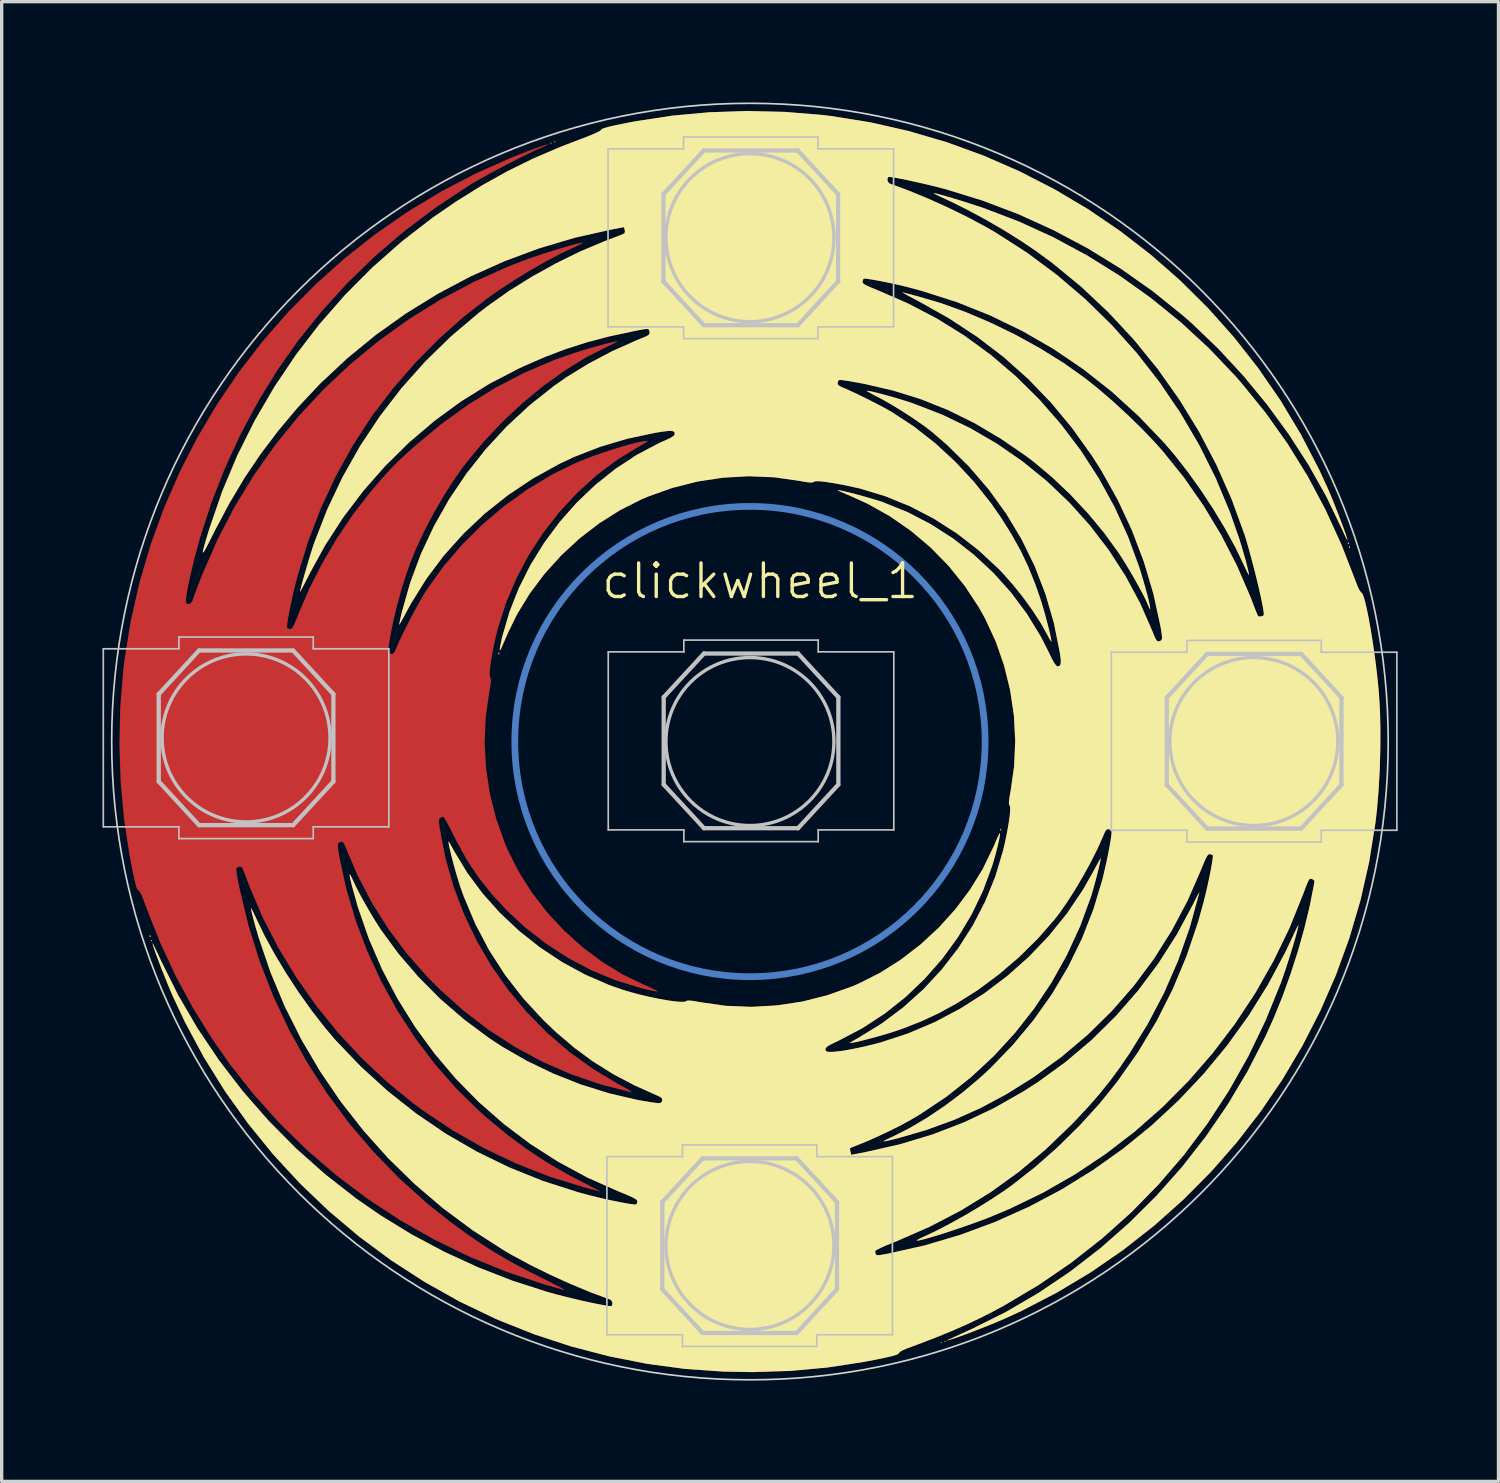
<source format=kicad_pcb>
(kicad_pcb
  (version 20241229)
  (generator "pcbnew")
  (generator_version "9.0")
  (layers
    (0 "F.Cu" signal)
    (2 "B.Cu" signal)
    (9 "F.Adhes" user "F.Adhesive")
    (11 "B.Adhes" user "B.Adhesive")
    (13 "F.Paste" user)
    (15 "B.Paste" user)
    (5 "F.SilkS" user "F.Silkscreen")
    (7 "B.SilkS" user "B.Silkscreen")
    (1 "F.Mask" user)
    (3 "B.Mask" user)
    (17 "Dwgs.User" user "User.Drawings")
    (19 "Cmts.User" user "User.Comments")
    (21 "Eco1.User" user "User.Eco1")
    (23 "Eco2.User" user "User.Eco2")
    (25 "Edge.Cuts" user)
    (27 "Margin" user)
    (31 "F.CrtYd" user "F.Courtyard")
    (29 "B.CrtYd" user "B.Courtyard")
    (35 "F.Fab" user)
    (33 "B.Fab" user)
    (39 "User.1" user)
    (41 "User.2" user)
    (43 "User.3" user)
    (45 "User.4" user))
  (footprint "clickwheel_1"
    (layer "F.Cu")
    (at 19.275 19.025)
    (property "Reference" "clickwheel_1" (at 0.305 -4.775 0) (unlocked yes) (layer "F.SilkS") (effects (font (size 1 1) (thickness 0.1))))
    (attr smd)
    (fp_poly (pts (xy 7.443 2.721) (xy 7.444 2.767) (xy 7.427 2.872) (xy 7.395 3.022) (xy 7.352 3.202) (xy 7.301 3.397) (xy 7.245 3.592) (xy 7.21 3.706) (xy 6.937 4.444) (xy 6.595 5.155) (xy 6.189 5.831) (xy 5.723 6.469) (xy 5.202 7.063) (xy 4.631 7.608) (xy 4.014 8.098) (xy 3.356 8.528) (xy 2.661 8.894) (xy 2.651 8.899) (xy 2.47 8.985) (xy 2.35 9.049) (xy 2.28 9.097) (xy 2.25 9.138) (xy 2.247 9.168) (xy 2.263 9.212) (xy 2.307 9.234) (xy 2.397 9.239) (xy 2.471 9.237) (xy 2.652 9.22) (xy 2.89 9.183) (xy 3.167 9.13) (xy 3.464 9.065) (xy 3.765 8.99) (xy 3.9 8.954) (xy 4.71 8.688) (xy 5.497 8.354) (xy 6.256 7.953) (xy 6.981 7.492) (xy 7.667 6.973) (xy 8.308 6.402) (xy 8.899 5.783) (xy 9.434 5.121) (xy 9.908 4.419) (xy 10.21 3.889) (xy 10.295 3.73) (xy 10.367 3.599) (xy 10.418 3.509) (xy 10.44 3.474) (xy 10.441 3.474) (xy 10.44 3.509) (xy 10.421 3.603) (xy 10.389 3.743) (xy 10.348 3.913) (xy 10.3 4.099) (xy 10.249 4.286) (xy 10.2 4.461) (xy 10.156 4.607) (xy 10.154 4.613) (xy 9.83 5.497) (xy 9.438 6.349) (xy 8.982 7.167) (xy 8.464 7.944) (xy 7.887 8.679) (xy 7.257 9.365) (xy 6.574 9.999) (xy 5.844 10.577) (xy 5.069 11.095) (xy 4.756 11.28) (xy 4.469 11.435) (xy 4.137 11.601) (xy 3.789 11.764) (xy 3.453 11.912) (xy 3.223 12.006) (xy 3.102 12.053) (xy 3.015 12.088) (xy 2.98 12.104) (xy 2.98 12.142) (xy 2.992 12.207) (xy 3.016 12.302) (xy 3.467 12.215) (xy 4.475 11.986) (xy 5.441 11.694) (xy 6.368 11.337) (xy 7.262 10.914) (xy 8.129 10.422) (xy 8.57 10.139) (xy 9.395 9.54) (xy 10.169 8.885) (xy 10.889 8.175) (xy 11.554 7.413) (xy 12.161 6.6) (xy 12.71 5.738) (xy 13.198 4.83) (xy 13.228 4.767) (xy 13.296 4.631) (xy 13.347 4.535) (xy 13.376 4.491) (xy 13.378 4.497) (xy 13.095 5.53) (xy 12.745 6.525) (xy 12.327 7.484) (xy 11.84 8.411) (xy 11.3 9.284) (xy 11.006 9.712) (xy 10.717 10.103) (xy 10.418 10.476) (xy 10.093 10.849) (xy 9.729 11.241) (xy 9.555 11.421) (xy 8.793 12.152) (xy 7.996 12.816) (xy 7.161 13.418) (xy 6.282 13.959) (xy 5.354 14.442) (xy 4.373 14.872) (xy 4.246 14.922) (xy 4.062 14.997) (xy 3.907 15.066) (xy 3.793 15.122) (xy 3.734 15.159) (xy 3.729 15.168) (xy 3.736 15.234) (xy 3.753 15.274) (xy 3.794 15.29) (xy 3.873 15.286) (xy 4.004 15.264) (xy 4.121 15.242) (xy 5.207 14.998) (xy 6.27 14.682) (xy 7.304 14.298) (xy 8.308 13.848) (xy 9.278 13.334) (xy 10.21 12.758) (xy 11.102 12.124) (xy 11.951 11.434) (xy 12.752 10.69) (xy 13.504 9.895) (xy 14.202 9.051) (xy 14.844 8.161) (xy 15.426 7.228) (xy 15.945 6.253) (xy 16.161 5.795) (xy 16.229 5.648) (xy 16.283 5.537) (xy 16.319 5.474) (xy 16.328 5.466) (xy 16.317 5.538) (xy 16.284 5.669) (xy 16.235 5.848) (xy 16.172 6.061) (xy 16.1 6.297) (xy 16.023 6.54) (xy 15.945 6.78) (xy 15.869 7.003) (xy 15.801 7.194) (xy 15.35 8.304) (xy 14.835 9.372) (xy 14.258 10.395) (xy 13.619 11.373) (xy 12.922 12.303) (xy 12.166 13.183) (xy 11.355 14.013) (xy 10.488 14.789) (xy 9.568 15.512) (xy 8.596 16.177) (xy 7.574 16.785) (xy 7.251 16.96) (xy 6.85 17.164) (xy 6.436 17.36) (xy 5.996 17.553) (xy 5.516 17.748) (xy 4.982 17.953) (xy 4.68 18.064) (xy 4.558 18.116) (xy 4.471 18.165) (xy 4.439 18.201) (xy 4.418 18.228) (xy 4.352 18.258) (xy 4.234 18.293) (xy 4.059 18.335) (xy 3.822 18.385) (xy 3.516 18.444) (xy 3.378 18.47) (xy 2.304 18.635) (xy 1.211 18.735) (xy 0.089 18.771) (xy -0.791 18.756) (xy -1.926 18.677) (xy -3.065 18.524) (xy -4.202 18.299) (xy -5.325 18.006) (xy -6.425 17.645) (xy -7.494 17.219) (xy -7.566 17.188) (xy -8.645 16.67) (xy -9.684 16.088) (xy -10.681 15.443) (xy -11.633 14.738) (xy -12.538 13.975) (xy -13.393 13.158) (xy -14.195 12.289) (xy -14.941 11.371) (xy -15.63 10.406) (xy -16.258 9.397) (xy -16.822 8.346) (xy -17.188 7.566) (xy -17.263 7.39) (xy -17.347 7.188) (xy -17.435 6.97) (xy -17.522 6.749) (xy -17.604 6.536) (xy -17.676 6.344) (xy -17.733 6.183) (xy -17.772 6.067) (xy -17.788 6.007) (xy -17.787 6.001) (xy -17.768 6.03) (xy -17.723 6.118) (xy -17.658 6.252) (xy -17.579 6.422) (xy -17.534 6.52) (xy -17.022 7.547) (xy -16.442 8.541) (xy -15.797 9.499) (xy -15.091 10.416) (xy -14.327 11.289) (xy -13.509 12.114) (xy -12.64 12.886) (xy -11.723 13.601) (xy -10.998 14.103) (xy -10.07 14.672) (xy -9.096 15.19) (xy -8.091 15.652) (xy -7.068 16.05) (xy -6.039 16.381) (xy -5.713 16.471) (xy -5.472 16.532) (xy -5.22 16.593) (xy -4.968 16.651) (xy -4.729 16.704) (xy -4.514 16.748) (xy -4.335 16.782) (xy -4.203 16.803) (xy -4.131 16.808) (xy -4.122 16.806) (xy -4.092 16.75) (xy -4.103 16.673) (xy -4.148 16.617) (xy -4.159 16.612) (xy -4.729 16.401) (xy -5.329 16.153) (xy -5.936 15.878) (xy -6.527 15.587) (xy -7.076 15.291) (xy -7.314 15.153) (xy -8.248 14.554) (xy -9.136 13.894) (xy -9.975 13.178) (xy -10.764 12.409) (xy -11.498 11.59) (xy -12.176 10.726) (xy -12.795 9.819) (xy -13.352 8.873) (xy -13.845 7.892) (xy -14.27 6.878) (xy -14.625 5.836) (xy -14.727 5.486) (xy -14.777 5.3) (xy -14.818 5.141) (xy -14.845 5.025) (xy -14.856 4.965) (xy -14.855 4.96) (xy -14.834 4.986) (xy -14.791 5.067) (xy -14.733 5.189) (xy -14.708 5.243) (xy -14.453 5.771) (xy -14.148 6.329) (xy -13.805 6.9) (xy -13.434 7.466) (xy -13.046 8.01) (xy -12.654 8.515) (xy -12.345 8.879) (xy -11.585 9.674) (xy -10.782 10.405) (xy -9.937 11.072) (xy -9.052 11.674) (xy -8.127 12.209) (xy -7.164 12.678) (xy -6.165 13.079) (xy -5.129 13.412) (xy -4.781 13.506) (xy -4.547 13.564) (xy -4.306 13.62) (xy -4.069 13.671) (xy -3.849 13.715) (xy -3.658 13.75) (xy -3.508 13.773) (xy -3.412 13.782) (xy -3.382 13.778) (xy -3.362 13.731) (xy -3.352 13.692) (xy -3.359 13.661) (xy -3.396 13.625) (xy -3.472 13.581) (xy -3.597 13.523) (xy -3.779 13.446) (xy -3.937 13.382) (xy -4.846 12.977) (xy -5.716 12.506) (xy -6.545 11.974) (xy -7.329 11.383) (xy -8.066 10.737) (xy -8.753 10.039) (xy -9.388 9.291) (xy -9.967 8.498) (xy -10.487 7.663) (xy -10.947 6.788) (xy -11.342 5.877) (xy -11.67 4.933) (xy -11.85 4.29) (xy -11.885 4.143) (xy -11.909 4.027) (xy -11.918 3.96) (xy -11.916 3.951) (xy -11.894 3.976) (xy -11.852 4.055) (xy -11.798 4.171) (xy -11.796 4.178) (xy -11.716 4.346) (xy -11.604 4.561) (xy -11.47 4.804) (xy -11.323 5.058) (xy -11.176 5.304) (xy -11.036 5.525) (xy -10.989 5.597) (xy -10.463 6.316) (xy -9.871 7.005) (xy -9.223 7.656) (xy -8.526 8.26) (xy -7.79 8.81) (xy -7.373 9.085) (xy -6.633 9.51) (xy -5.849 9.886) (xy -5.035 10.208) (xy -4.207 10.468) (xy -3.381 10.661) (xy -3.193 10.695) (xy -2.977 10.731) (xy -2.826 10.754) (xy -2.726 10.764) (xy -2.666 10.759) (xy -2.634 10.741) (xy -2.618 10.708) (xy -2.613 10.69) (xy -2.614 10.63) (xy -2.664 10.583) (xy -2.734 10.55) (xy -3.434 10.236) (xy -4.074 9.899) (xy -4.667 9.528) (xy -5.229 9.115) (xy -5.775 8.649) (xy -6.142 8.3) (xy -6.746 7.648) (xy -7.286 6.953) (xy -7.762 6.215) (xy -8.172 5.437) (xy -8.517 4.619) (xy -8.634 4.288) (xy -8.688 4.116) (xy -8.747 3.919) (xy -8.805 3.713) (xy -8.86 3.508) (xy -8.907 3.319) (xy -8.945 3.16) (xy -8.969 3.042) (xy -8.976 2.979) (xy -8.973 2.972) (xy -8.951 3.004) (xy -8.902 3.088) (xy -8.835 3.208) (xy -8.807 3.26) (xy -8.415 3.908) (xy -7.956 4.525) (xy -7.439 5.104) (xy -6.868 5.64) (xy -6.252 6.127) (xy -5.596 6.562) (xy -4.907 6.937) (xy -4.192 7.247) (xy -3.794 7.387) (xy -3.543 7.462) (xy -3.277 7.533) (xy -3.006 7.597) (xy -2.742 7.652) (xy -2.495 7.697) (xy -2.276 7.73) (xy -2.097 7.747) (xy -1.968 7.749) (xy -1.9 7.732) (xy -1.895 7.726) (xy -1.855 7.71) (xy -1.762 7.712) (xy -1.607 7.735) (xy -1.478 7.759) (xy -0.725 7.866) (xy 0.037 7.898) (xy 0.8 7.855) (xy 1.56 7.74) (xy 2.308 7.551) (xy 3.039 7.29) (xy 3.223 7.212) (xy 3.87 6.886) (xy 4.489 6.495) (xy 5.074 6.044) (xy 5.617 5.542) (xy 6.113 4.994) (xy 6.553 4.407) (xy 6.932 3.789) (xy 7.243 3.147) (xy 7.247 3.138) (xy 7.317 2.974) (xy 7.378 2.84) (xy 7.422 2.752) (xy 7.443 2.721)) (stroke (width 0) (type solid)) (fill yes) (layer "F.Cu"))
    (fp_poly (pts (xy 1.033 -18.745) (xy 2.137 -18.655) (xy 2.413 -18.622) (xy 3.584 -18.434) (xy 4.734 -18.173) (xy 5.859 -17.842) (xy 6.957 -17.442) (xy 8.024 -16.976) (xy 9.058 -16.446) (xy 10.057 -15.854) (xy 11.016 -15.202) (xy 11.934 -14.492) (xy 12.807 -13.727) (xy 13.632 -12.908) (xy 14.408 -12.038) (xy 15.13 -11.118) (xy 15.796 -10.152) (xy 16.403 -9.14) (xy 16.949 -8.086) (xy 17.188 -7.566) (xy 17.268 -7.38) (xy 17.355 -7.17) (xy 17.444 -6.947) (xy 17.532 -6.723) (xy 17.613 -6.51) (xy 17.684 -6.32) (xy 17.739 -6.164) (xy 17.774 -6.054) (xy 17.786 -6.001) (xy 17.785 -5.998) (xy 17.765 -6.026) (xy 17.721 -6.11) (xy 17.661 -6.237) (xy 17.606 -6.36) (xy 17.153 -7.303) (xy 16.629 -8.234) (xy 16.04 -9.147) (xy 15.394 -10.031) (xy 14.696 -10.879) (xy 13.954 -11.682) (xy 13.173 -12.432) (xy 12.874 -12.695) (xy 11.98 -13.414) (xy 11.039 -14.077) (xy 10.057 -14.681) (xy 9.04 -15.222) (xy 7.996 -15.697) (xy 6.93 -16.102) (xy 5.849 -16.435) (xy 5.73 -16.467) (xy 5.484 -16.53) (xy 5.228 -16.592) (xy 4.973 -16.65) (xy 4.732 -16.703) (xy 4.516 -16.748) (xy 4.336 -16.782) (xy 4.204 -16.803) (xy 4.131 -16.808) (xy 4.122 -16.806) (xy 4.092 -16.75) (xy 4.103 -16.673) (xy 4.148 -16.617) (xy 4.159 -16.612) (xy 4.729 -16.401) (xy 5.329 -16.153) (xy 5.936 -15.878) (xy 6.527 -15.587) (xy 7.076 -15.291) (xy 7.314 -15.153) (xy 8.25 -14.552) (xy 9.14 -13.89) (xy 9.982 -13.171) (xy 10.773 -12.397) (xy 11.51 -11.573) (xy 12.191 -10.702) (xy 12.812 -9.787) (xy 13.372 -8.832) (xy 13.867 -7.84) (xy 14.295 -6.814) (xy 14.565 -6.041) (xy 14.63 -5.833) (xy 14.692 -5.62) (xy 14.75 -5.417) (xy 14.798 -5.235) (xy 14.833 -5.09) (xy 14.852 -4.993) (xy 14.853 -4.958) (xy 14.833 -4.985) (xy 14.79 -5.067) (xy 14.733 -5.189) (xy 14.709 -5.243) (xy 14.454 -5.774) (xy 14.147 -6.335) (xy 13.802 -6.908) (xy 13.428 -7.477) (xy 13.036 -8.025) (xy 12.638 -8.535) (xy 12.333 -8.891) (xy 11.571 -9.687) (xy 10.768 -10.418) (xy 9.925 -11.083) (xy 9.042 -11.683) (xy 8.119 -12.216) (xy 7.158 -12.682) (xy 6.158 -13.082) (xy 5.119 -13.414) (xy 4.709 -13.524) (xy 4.489 -13.578) (xy 4.259 -13.63) (xy 4.032 -13.678) (xy 3.819 -13.72) (xy 3.636 -13.752) (xy 3.493 -13.774) (xy 3.404 -13.782) (xy 3.382 -13.778) (xy 3.362 -13.731) (xy 3.352 -13.69) (xy 3.358 -13.655) (xy 3.396 -13.618) (xy 3.476 -13.573) (xy 3.608 -13.514) (xy 3.802 -13.436) (xy 4.704 -13.043) (xy 5.575 -12.587) (xy 6.388 -12.082) (xy 7.175 -11.507) (xy 7.919 -10.871) (xy 8.616 -10.182) (xy 9.262 -9.442) (xy 9.853 -8.659) (xy 10.385 -7.836) (xy 10.855 -6.981) (xy 11.257 -6.097) (xy 11.589 -5.191) (xy 11.631 -5.057) (xy 11.709 -4.8) (xy 11.776 -4.566) (xy 11.831 -4.36) (xy 11.874 -4.188) (xy 11.902 -4.057) (xy 11.915 -3.973) (xy 11.911 -3.942) (xy 11.889 -3.971) (xy 11.847 -4.066) (xy 11.829 -4.112) (xy 11.774 -4.235) (xy 11.686 -4.408) (xy 11.573 -4.617) (xy 11.444 -4.848) (xy 11.306 -5.085) (xy 11.168 -5.314) (xy 11.038 -5.521) (xy 10.965 -5.632) (xy 10.542 -6.214) (xy 10.063 -6.791) (xy 9.544 -7.346) (xy 9 -7.864) (xy 8.446 -8.328) (xy 8.222 -8.498) (xy 7.45 -9.027) (xy 6.677 -9.483) (xy 5.894 -9.869) (xy 5.093 -10.19) (xy 4.265 -10.448) (xy 3.402 -10.648) (xy 3.146 -10.695) (xy 2.941 -10.731) (xy 2.8 -10.753) (xy 2.709 -10.763) (xy 2.657 -10.759) (xy 2.631 -10.742) (xy 2.619 -10.711) (xy 2.613 -10.689) (xy 2.612 -10.638) (xy 2.65 -10.595) (xy 2.742 -10.548) (xy 2.792 -10.527) (xy 2.983 -10.443) (xy 3.219 -10.332) (xy 3.48 -10.204) (xy 3.743 -10.071) (xy 3.987 -9.942) (xy 4.19 -9.829) (xy 4.225 -9.808) (xy 4.878 -9.381) (xy 5.51 -8.886) (xy 6.111 -8.332) (xy 6.673 -7.728) (xy 7.187 -7.081) (xy 7.466 -6.679) (xy 7.784 -6.174) (xy 8.053 -5.691) (xy 8.285 -5.205) (xy 8.492 -4.691) (xy 8.628 -4.304) (xy 8.684 -4.13) (xy 8.742 -3.933) (xy 8.801 -3.724) (xy 8.856 -3.518) (xy 8.904 -3.328) (xy 8.942 -3.166) (xy 8.966 -3.046) (xy 8.973 -2.98) (xy 8.97 -2.972) (xy 8.947 -3.004) (xy 8.901 -3.085) (xy 8.854 -3.175) (xy 8.658 -3.525) (xy 8.414 -3.902) (xy 8.134 -4.288) (xy 7.833 -4.665) (xy 7.525 -5.013) (xy 7.406 -5.137) (xy 6.803 -5.697) (xy 6.159 -6.196) (xy 5.478 -6.632) (xy 4.767 -7.002) (xy 4.029 -7.303) (xy 3.27 -7.533) (xy 2.779 -7.64) (xy 2.474 -7.695) (xy 2.238 -7.731) (xy 2.067 -7.749) (xy 1.956 -7.749) (xy 1.901 -7.732) (xy 1.895 -7.726) (xy 1.855 -7.71) (xy 1.762 -7.712) (xy 1.608 -7.735) (xy 1.478 -7.759) (xy 0.725 -7.866) (xy -0.037 -7.898) (xy -0.8 -7.855) (xy -1.56 -7.74) (xy -2.308 -7.551) (xy -3.039 -7.29) (xy -3.223 -7.212) (xy -3.87 -6.886) (xy -4.49 -6.494) (xy -5.075 -6.044) (xy -5.618 -5.541) (xy -6.114 -4.993) (xy -6.554 -4.407) (xy -6.932 -3.789) (xy -7.209 -3.223) (xy -7.298 -3.016) (xy -7.362 -2.87) (xy -7.404 -2.776) (xy -7.429 -2.726) (xy -7.441 -2.709) (xy -7.446 -2.718) (xy -7.447 -2.741) (xy -7.44 -2.803) (xy -7.418 -2.919) (xy -7.386 -3.068) (xy -7.372 -3.127) (xy -7.16 -3.858) (xy -6.879 -4.57) (xy -6.533 -5.258) (xy -6.128 -5.914) (xy -5.667 -6.534) (xy -5.157 -7.112) (xy -4.601 -7.641) (xy -4.005 -8.117) (xy -3.373 -8.533) (xy -2.711 -8.883) (xy -2.499 -8.977) (xy -2.348 -9.049) (xy -2.263 -9.109) (xy -2.239 -9.158) (xy -2.248 -9.206) (xy -2.281 -9.236) (xy -2.349 -9.248) (xy -2.462 -9.243) (xy -2.632 -9.221) (xy -2.837 -9.187) (xy -3.657 -9.013) (xy -4.463 -8.773) (xy -5.238 -8.471) (xy -5.679 -8.263) (xy -6.466 -7.827) (xy -7.206 -7.332) (xy -7.896 -6.784) (xy -8.532 -6.184) (xy -9.113 -5.536) (xy -9.633 -4.843) (xy -10.09 -4.109) (xy -10.21 -3.889) (xy -10.295 -3.73) (xy -10.367 -3.599) (xy -10.418 -3.509) (xy -10.44 -3.474) (xy -10.441 -3.474) (xy -10.437 -3.509) (xy -10.419 -3.603) (xy -10.389 -3.74) (xy -10.363 -3.851) (xy -10.116 -4.725) (xy -9.797 -5.58) (xy -9.409 -6.41) (xy -8.956 -7.21) (xy -8.441 -7.975) (xy -7.868 -8.7) (xy -7.24 -9.38) (xy -6.561 -10.01) (xy -5.834 -10.586) (xy -5.462 -10.846) (xy -4.809 -11.248) (xy -4.102 -11.621) (xy -3.361 -11.952) (xy -3.232 -12.004) (xy -3.097 -12.06) (xy -3.02 -12.102) (xy -2.989 -12.143) (xy -2.989 -12.195) (xy -2.996 -12.224) (xy -3.007 -12.257) (xy -3.028 -12.276) (xy -3.072 -12.281) (xy -3.153 -12.273) (xy -3.283 -12.25) (xy -3.467 -12.214) (xy -4.181 -12.061) (xy -4.842 -11.888) (xy -5.474 -11.687) (xy -6.099 -11.45) (xy -6.742 -11.17) (xy -6.886 -11.103) (xy -7.756 -10.65) (xy -8.591 -10.131) (xy -9.388 -9.549) (xy -10.142 -8.908) (xy -10.849 -8.213) (xy -11.504 -7.468) (xy -12.104 -6.678) (xy -12.643 -5.846) (xy -13.075 -5.061) (xy -13.176 -4.863) (xy -13.264 -4.692) (xy -13.333 -4.56) (xy -13.379 -4.476) (xy -13.395 -4.451) (xy -13.384 -4.511) (xy -13.354 -4.631) (xy -13.31 -4.797) (xy -13.255 -4.993) (xy -13.193 -5.206) (xy -13.129 -5.421) (xy -13.067 -5.625) (xy -13.01 -5.802) (xy -12.975 -5.906) (xy -12.588 -6.902) (xy -12.133 -7.864) (xy -11.611 -8.789) (xy -11.025 -9.673) (xy -10.377 -10.515) (xy -9.668 -11.311) (xy -8.902 -12.059) (xy -8.079 -12.756) (xy -7.811 -12.962) (xy -7.176 -13.411) (xy -6.49 -13.839) (xy -5.775 -14.236) (xy -5.051 -14.591) (xy -4.339 -14.891) (xy -4.188 -14.948) (xy -4.019 -15.012) (xy -3.877 -15.067) (xy -3.777 -15.109) (xy -3.736 -15.129) (xy -3.722 -15.181) (xy -3.729 -15.232) (xy -3.75 -15.312) (xy -4.124 -15.242) (xy -5.205 -15) (xy -6.267 -14.685) (xy -7.306 -14.299) (xy -8.317 -13.846) (xy -9.296 -13.327) (xy -10.238 -12.746) (xy -11.139 -12.104) (xy -11.994 -11.404) (xy -12.799 -10.65) (xy -13.473 -9.931) (xy -14.047 -9.247) (xy -14.568 -8.557) (xy -15.048 -7.845) (xy -15.496 -7.093) (xy -15.926 -6.284) (xy -15.99 -6.157) (xy -16.106 -5.925) (xy -16.193 -5.757) (xy -16.252 -5.655) (xy -16.283 -5.619) (xy -16.288 -5.65) (xy -16.266 -5.751) (xy -16.218 -5.922) (xy -16.146 -6.165) (xy -16.089 -6.349) (xy -15.71 -7.448) (xy -15.261 -8.517) (xy -14.744 -9.552) (xy -14.162 -10.551) (xy -13.518 -11.511) (xy -12.814 -12.427) (xy -12.052 -13.297) (xy -11.235 -14.118) (xy -10.366 -14.885) (xy -9.446 -15.596) (xy -8.754 -16.072) (xy -7.984 -16.552) (xy -7.227 -16.975) (xy -6.459 -17.353) (xy -5.656 -17.698) (xy -5.047 -17.932) (xy -4.843 -18.009) (xy -4.669 -18.081) (xy -4.536 -18.141) (xy -4.457 -18.184) (xy -4.439 -18.202) (xy -4.417 -18.229) (xy -4.348 -18.26) (xy -4.225 -18.296) (xy -4.045 -18.338) (xy -3.8 -18.389) (xy -3.486 -18.45) (xy -3.378 -18.47) (xy -2.306 -18.633) (xy -1.203 -18.734) (xy -0.085 -18.771)) (stroke (width 0) (type solid)) (fill yes) (layer "F.Cu"))
    (fp_poly (pts (xy -6.016 -17.768) (xy -6.094 -17.729) (xy -6.24 -17.665) (xy -6.245 -17.663) (xy -6.435 -17.578) (xy -6.676 -17.462) (xy -6.951 -17.325) (xy -7.245 -17.174) (xy -7.54 -17.018) (xy -7.823 -16.865) (xy -8.075 -16.724) (xy -8.281 -16.604) (xy -8.319 -16.581) (xy -9.322 -15.919) (xy -10.264 -15.213) (xy -11.148 -14.46) (xy -11.978 -13.654) (xy -12.759 -12.793) (xy -13.445 -11.939) (xy -14.064 -11.061) (xy -14.638 -10.128) (xy -15.161 -9.151) (xy -15.627 -8.14) (xy -16.033 -7.105) (xy -16.372 -6.056) (xy -16.539 -5.438) (xy -16.636 -5.035) (xy -16.71 -4.705) (xy -16.76 -4.447) (xy -16.785 -4.261) (xy -16.787 -4.147) (xy -16.767 -4.104) (xy -16.674 -4.101) (xy -16.606 -4.168) (xy -16.582 -4.233) (xy -16.559 -4.304) (xy -16.512 -4.433) (xy -16.448 -4.605) (xy -16.37 -4.806) (xy -16.302 -4.978) (xy -15.856 -6.001) (xy -15.344 -6.985) (xy -14.769 -7.928) (xy -14.133 -8.828) (xy -13.44 -9.681) (xy -12.691 -10.486) (xy -11.89 -11.239) (xy -11.039 -11.938) (xy -10.141 -12.581) (xy -9.198 -13.165) (xy -8.213 -13.687) (xy -7.189 -14.144) (xy -6.744 -14.318) (xy -6.558 -14.386) (xy -6.342 -14.459) (xy -6.107 -14.536) (xy -5.867 -14.612) (xy -5.632 -14.683) (xy -5.416 -14.747) (xy -5.23 -14.799) (xy -5.086 -14.835) (xy -4.996 -14.853) (xy -4.974 -14.853) (xy -4.991 -14.834) (xy -5.066 -14.793) (xy -5.183 -14.736) (xy -5.24 -14.71) (xy -5.649 -14.516) (xy -6.095 -14.28) (xy -6.561 -14.014) (xy -7.028 -13.727) (xy -7.478 -13.432) (xy -7.798 -13.207) (xy -8.541 -12.627) (xy -9.264 -11.981) (xy -9.955 -11.281) (xy -10.603 -10.538) (xy -11.197 -9.764) (xy -11.285 -9.639) (xy -11.84 -8.783) (xy -12.338 -7.877) (xy -12.777 -6.932) (xy -13.152 -5.955) (xy -13.46 -4.954) (xy -13.509 -4.767) (xy -13.567 -4.534) (xy -13.622 -4.293) (xy -13.673 -4.058) (xy -13.716 -3.839) (xy -13.751 -3.65) (xy -13.773 -3.502) (xy -13.782 -3.409) (xy -13.778 -3.382) (xy -13.731 -3.362) (xy -13.69 -3.352) (xy -13.655 -3.358) (xy -13.618 -3.397) (xy -13.573 -3.479) (xy -13.514 -3.614) (xy -13.448 -3.783) (xy -13.122 -4.544) (xy -12.733 -5.307) (xy -12.294 -6.054) (xy -11.813 -6.766) (xy -11.304 -7.424) (xy -11.219 -7.524) (xy -11 -7.779) (xy -10.813 -7.989) (xy -10.642 -8.172) (xy -10.472 -8.343) (xy -10.286 -8.518) (xy -10.069 -8.715) (xy -9.998 -8.779) (xy -9.203 -9.441) (xy -8.389 -10.029) (xy -7.554 -10.545) (xy -6.696 -10.989) (xy -5.812 -11.364) (xy -5.211 -11.575) (xy -5.012 -11.637) (xy -4.798 -11.701) (xy -4.583 -11.762) (xy -4.38 -11.817) (xy -4.202 -11.863) (xy -4.062 -11.896) (xy -3.973 -11.913) (xy -3.948 -11.913) (xy -3.975 -11.893) (xy -4.056 -11.85) (xy -4.177 -11.792) (xy -4.217 -11.773) (xy -4.859 -11.446) (xy -5.503 -11.05) (xy -6.141 -10.592) (xy -6.763 -10.081) (xy -7.36 -9.523) (xy -7.923 -8.927) (xy -8.443 -8.3) (xy -8.526 -8.192) (xy -8.828 -7.766) (xy -9.132 -7.286) (xy -9.426 -6.776) (xy -9.698 -6.255) (xy -9.936 -5.747) (xy -10.11 -5.322) (xy -10.254 -4.911) (xy -10.391 -4.465) (xy -10.516 -4.005) (xy -10.623 -3.554) (xy -10.707 -3.132) (xy -10.753 -2.833) (xy -10.765 -2.716) (xy -10.758 -2.654) (xy -10.726 -2.624) (xy -10.693 -2.614) (xy -10.639 -2.61) (xy -10.597 -2.643) (xy -10.552 -2.727) (xy -10.525 -2.791) (xy -10.423 -3.023) (xy -10.291 -3.3) (xy -10.139 -3.599) (xy -9.979 -3.901) (xy -9.821 -4.185) (xy -9.677 -4.43) (xy -9.61 -4.536) (xy -9.123 -5.214) (xy -8.573 -5.857) (xy -7.968 -6.459) (xy -7.315 -7.011) (xy -6.623 -7.508) (xy -5.899 -7.943) (xy -5.174 -8.3) (xy -4.94 -8.396) (xy -4.674 -8.497) (xy -4.391 -8.596) (xy -4.103 -8.691) (xy -3.822 -8.777) (xy -3.562 -8.851) (xy -3.337 -8.907) (xy -3.158 -8.943) (xy -3.05 -8.954) (xy -3.054 -8.938) (xy -3.115 -8.894) (xy -3.221 -8.83) (xy -3.278 -8.799) (xy -3.938 -8.396) (xy -4.56 -7.929) (xy -5.141 -7.404) (xy -5.676 -6.827) (xy -6.16 -6.204) (xy -6.59 -5.54) (xy -6.959 -4.843) (xy -7.265 -4.117) (xy -7.503 -3.369) (xy -7.584 -3.037) (xy -7.647 -2.736) (xy -7.696 -2.469) (xy -7.729 -2.242) (xy -7.746 -2.066) (xy -7.745 -1.947) (xy -7.727 -1.895) (xy -7.71 -1.857) (xy -7.712 -1.769) (xy -7.732 -1.621) (xy -7.759 -1.478) (xy -7.866 -0.725) (xy -7.898 0.037) (xy -7.855 0.8) (xy -7.74 1.56) (xy -7.551 2.308) (xy -7.29 3.039) (xy -7.212 3.223) (xy -6.886 3.871) (xy -6.494 4.49) (xy -6.044 5.075) (xy -5.541 5.618) (xy -4.993 6.113) (xy -4.406 6.554) (xy -3.788 6.933) (xy -3.144 7.244) (xy -3.134 7.248) (xy -2.972 7.318) (xy -2.846 7.377) (xy -2.767 7.42) (xy -2.747 7.441) (xy -2.748 7.442) (xy -2.805 7.437) (xy -2.919 7.416) (xy -3.074 7.381) (xy -3.244 7.34) (xy -3.985 7.113) (xy -4.709 6.814) (xy -5.409 6.446) (xy -6.076 6.015) (xy -6.705 5.524) (xy -7.231 5.035) (xy -7.685 4.544) (xy -8.078 4.048) (xy -8.425 3.527) (xy -8.739 2.959) (xy -8.814 2.81) (xy -8.909 2.619) (xy -8.995 2.456) (xy -9.065 2.331) (xy -9.113 2.257) (xy -9.129 2.241) (xy -9.194 2.259) (xy -9.222 2.274) (xy -9.247 2.302) (xy -9.256 2.356) (xy -9.251 2.452) (xy -9.23 2.605) (xy -9.226 2.631) (xy -9.058 3.493) (xy -8.817 4.334) (xy -8.508 5.148) (xy -8.133 5.931) (xy -7.696 6.679) (xy -7.199 7.388) (xy -6.645 8.053) (xy -6.037 8.671) (xy -5.379 9.236) (xy -4.673 9.745) (xy -3.923 10.194) (xy -3.86 10.227) (xy -3.707 10.311) (xy -3.594 10.379) (xy -3.529 10.423) (xy -3.522 10.44) (xy -3.532 10.439) (xy -4.445 10.207) (xy -5.329 9.903) (xy -6.183 9.53) (xy -7.005 9.086) (xy -7.795 8.573) (xy -8.55 7.992) (xy -9.27 7.343) (xy -9.596 7.014) (xy -10.213 6.315) (xy -10.77 5.57) (xy -11.263 4.786) (xy -11.689 3.966) (xy -12.009 3.214) (xy -12.067 3.075) (xy -12.114 3) (xy -12.162 2.979) (xy -12.222 3.001) (xy -12.234 3.008) (xy -12.258 3.034) (xy -12.268 3.082) (xy -12.263 3.167) (xy -12.243 3.304) (xy -12.223 3.423) (xy -12.017 4.38) (xy -11.738 5.322) (xy -11.39 6.244) (xy -10.975 7.141) (xy -10.497 8.006) (xy -9.959 8.834) (xy -9.365 9.618) (xy -8.717 10.354) (xy -8.019 11.035) (xy -7.798 11.23) (xy -7.215 11.71) (xy -6.644 12.133) (xy -6.062 12.516) (xy -5.449 12.872) (xy -5.065 13.074) (xy -4.867 13.175) (xy -4.697 13.264) (xy -4.565 13.333) (xy -4.481 13.379) (xy -4.456 13.395) (xy -4.498 13.385) (xy -4.601 13.359) (xy -4.749 13.32) (xy -4.929 13.272) (xy -4.969 13.261) (xy -5.982 12.946) (xy -6.969 12.558) (xy -7.926 12.101) (xy -8.85 11.575) (xy -9.738 10.981) (xy -10.013 10.778) (xy -10.809 10.129) (xy -11.562 9.422) (xy -12.266 8.663) (xy -12.917 7.859) (xy -13.511 7.014) (xy -14.043 6.135) (xy -14.509 5.228) (xy -14.905 4.298) (xy -14.96 4.15) (xy -15.021 3.988) (xy -15.075 3.854) (xy -15.114 3.763) (xy -15.13 3.734) (xy -15.184 3.722) (xy -15.237 3.734) (xy -15.266 3.747) (xy -15.284 3.767) (xy -15.291 3.807) (xy -15.286 3.878) (xy -15.268 3.99) (xy -15.237 4.154) (xy -15.19 4.382) (xy -15.187 4.397) (xy -14.926 5.482) (xy -14.593 6.544) (xy -14.19 7.579) (xy -13.719 8.583) (xy -13.182 9.552) (xy -12.582 10.484) (xy -11.921 11.375) (xy -11.2 12.22) (xy -10.423 13.018) (xy -9.592 13.763) (xy -8.917 14.299) (xy -8.456 14.637) (xy -8.02 14.937) (xy -7.591 15.211) (xy -7.148 15.47) (xy -6.67 15.728) (xy -6.157 15.987) (xy -5.95 16.089) (xy -5.774 16.18) (xy -5.637 16.252) (xy -5.548 16.302) (xy -5.518 16.324) (xy -5.52 16.325) (xy -5.576 16.313) (xy -5.691 16.283) (xy -5.851 16.238) (xy -6.042 16.183) (xy -6.14 16.154) (xy -7.257 15.781) (xy -8.341 15.34) (xy -9.39 14.831) (xy -10.4 14.258) (xy -11.37 13.623) (xy -12.295 12.927) (xy -13.174 12.173) (xy -14.003 11.362) (xy -14.78 10.497) (xy -15.502 9.58) (xy -16.031 8.821) (xy -16.594 7.909) (xy -17.101 6.969) (xy -17.556 5.988) (xy -17.967 4.955) (xy -18.045 4.738) (xy -18.099 4.6) (xy -18.151 4.496) (xy -18.192 4.443) (xy -18.2 4.439) (xy -18.227 4.419) (xy -18.257 4.354) (xy -18.292 4.24) (xy -18.333 4.069) (xy -18.382 3.836) (xy -18.441 3.535) (xy -18.47 3.378) (xy -18.633 2.306) (xy -18.734 1.203) (xy -18.771 0.085) (xy -18.745 -1.033) (xy -18.655 -2.137) (xy -18.622 -2.413) (xy -18.434 -3.584) (xy -18.174 -4.732) (xy -17.843 -5.856) (xy -17.445 -6.952) (xy -16.98 -8.017) (xy -16.452 -9.049) (xy -15.862 -10.044) (xy -15.213 -11) (xy -14.508 -11.915) (xy -13.747 -12.785) (xy -12.933 -13.608) (xy -12.07 -14.381) (xy -11.158 -15.101) (xy -10.2 -15.765) (xy -9.198 -16.371) (xy -8.154 -16.915) (xy -7.071 -17.396) (xy -6.548 -17.6) (xy -6.33 -17.679) (xy -6.165 -17.736) (xy -6.055 -17.771) (xy -6.004 -17.781)) (stroke (width 0) (type solid)) (fill yes) (layer "F.Cu"))
    (fp_poly (pts (xy 5.531 -16.317) (xy 5.655 -16.285) (xy 5.826 -16.237) (xy 6.032 -16.176) (xy 6.261 -16.107) (xy 6.498 -16.032) (xy 6.733 -15.956) (xy 6.948 -15.884) (xy 8.003 -15.483) (xy 9.035 -15.01) (xy 10.04 -14.469) (xy 11.011 -13.864) (xy 11.944 -13.198) (xy 12.833 -12.476) (xy 13.672 -11.7) (xy 14.456 -10.875) (xy 14.634 -10.672) (xy 15.351 -9.786) (xy 16.005 -8.866) (xy 16.598 -7.907) (xy 17.133 -6.903) (xy 17.614 -5.85) (xy 18.043 -4.743) (xy 18.044 -4.738) (xy 18.099 -4.6) (xy 18.151 -4.496) (xy 18.192 -4.443) (xy 18.2 -4.439) (xy 18.234 -4.402) (xy 18.275 -4.297) (xy 18.321 -4.131) (xy 18.37 -3.914) (xy 18.423 -3.653) (xy 18.476 -3.358) (xy 18.529 -3.035) (xy 18.579 -2.695) (xy 18.627 -2.344) (xy 18.669 -1.992) (xy 18.705 -1.646) (xy 18.723 -1.448) (xy 18.755 -0.937) (xy 18.769 -0.371) (xy 18.766 0.229) (xy 18.748 0.842) (xy 18.714 1.448) (xy 18.666 2.027) (xy 18.622 2.413) (xy 18.434 3.584) (xy 18.173 4.734) (xy 17.842 5.859) (xy 17.442 6.957) (xy 16.976 8.024) (xy 16.446 9.058) (xy 15.854 10.057) (xy 15.202 11.016) (xy 14.492 11.934) (xy 13.727 12.807) (xy 12.908 13.632) (xy 12.038 14.408) (xy 11.118 15.13) (xy 10.152 15.796) (xy 9.14 16.403) (xy 8.086 16.949) (xy 7.566 17.188) (xy 7.371 17.271) (xy 7.144 17.365) (xy 6.9 17.462) (xy 6.655 17.558) (xy 6.421 17.646) (xy 6.215 17.721) (xy 6.051 17.778) (xy 5.945 17.81) (xy 5.848 17.834) (xy 5.945 17.789) (xy 6.012 17.758) (xy 6.136 17.702) (xy 6.3 17.626) (xy 6.49 17.539) (xy 6.601 17.489) (xy 7.614 16.983) (xy 8.594 16.411) (xy 9.537 15.774) (xy 10.439 15.076) (xy 11.297 14.321) (xy 12.109 13.513) (xy 12.87 12.654) (xy 13.577 11.748) (xy 14.227 10.798) (xy 14.817 9.808) (xy 15.344 8.781) (xy 15.596 8.222) (xy 15.852 7.59) (xy 16.093 6.921) (xy 16.313 6.236) (xy 16.505 5.553) (xy 16.665 4.891) (xy 16.787 4.269) (xy 16.806 4.156) (xy 16.779 4.118) (xy 16.728 4.091) (xy 16.692 4.082) (xy 16.661 4.096) (xy 16.627 4.142) (xy 16.586 4.233) (xy 16.53 4.378) (xy 16.482 4.508) (xy 16.067 5.54) (xy 15.584 6.536) (xy 15.039 7.495) (xy 14.433 8.412) (xy 13.769 9.284) (xy 13.05 10.11) (xy 12.28 10.885) (xy 11.46 11.607) (xy 10.594 12.273) (xy 9.685 12.879) (xy 8.736 13.424) (xy 7.748 13.903) (xy 7.141 14.158) (xy 6.899 14.251) (xy 6.635 14.347) (xy 6.361 14.444) (xy 6.086 14.537) (xy 5.819 14.625) (xy 5.571 14.703) (xy 5.353 14.768) (xy 5.173 14.818) (xy 5.042 14.849) (xy 4.969 14.857) (xy 4.959 14.854) (xy 4.986 14.834) (xy 5.067 14.79) (xy 5.189 14.732) (xy 5.243 14.708) (xy 5.585 14.545) (xy 5.969 14.344) (xy 6.377 14.117) (xy 6.788 13.874) (xy 7.186 13.626) (xy 7.551 13.384) (xy 7.797 13.21) (xy 8.49 12.666) (xy 9.167 12.068) (xy 9.815 11.43) (xy 10.416 10.768) (xy 10.936 10.122) (xy 11.555 9.24) (xy 12.105 8.322) (xy 12.587 7.368) (xy 13 6.378) (xy 13.346 5.351) (xy 13.507 4.767) (xy 13.564 4.537) (xy 13.619 4.299) (xy 13.67 4.064) (xy 13.714 3.846) (xy 13.748 3.656) (xy 13.772 3.507) (xy 13.781 3.411) (xy 13.777 3.381) (xy 13.731 3.362) (xy 13.69 3.352) (xy 13.655 3.358) (xy 13.618 3.396) (xy 13.573 3.476) (xy 13.514 3.608) (xy 13.436 3.802) (xy 13.029 4.735) (xy 12.558 5.625) (xy 12.025 6.47) (xy 11.429 7.27) (xy 10.773 8.022) (xy 10.056 8.727) (xy 9.281 9.382) (xy 8.447 9.988) (xy 8.396 10.022) (xy 7.63 10.5) (xy 6.865 10.91) (xy 6.085 11.259) (xy 5.273 11.556) (xy 4.468 11.792) (xy 4.286 11.839) (xy 4.135 11.875) (xy 4.028 11.898) (xy 3.978 11.904) (xy 3.976 11.903) (xy 4.008 11.879) (xy 4.094 11.834) (xy 4.216 11.776) (xy 4.237 11.767) (xy 4.743 11.512) (xy 5.27 11.2) (xy 5.805 10.841) (xy 6.331 10.444) (xy 6.835 10.021) (xy 7.137 9.743) (xy 7.823 9.035) (xy 8.442 8.292) (xy 8.992 7.514) (xy 9.474 6.702) (xy 9.886 5.858) (xy 10.228 4.984) (xy 10.499 4.08) (xy 10.629 3.513) (xy 10.67 3.308) (xy 10.707 3.11) (xy 10.736 2.943) (xy 10.753 2.833) (xy 10.765 2.716) (xy 10.758 2.654) (xy 10.726 2.624) (xy 10.693 2.614) (xy 10.639 2.61) (xy 10.597 2.643) (xy 10.552 2.727) (xy 10.525 2.791) (xy 10.357 3.17) (xy 10.153 3.578) (xy 9.924 3.997) (xy 9.68 4.409) (xy 9.433 4.795) (xy 9.193 5.136) (xy 9.075 5.288) (xy 8.573 5.864) (xy 8.012 6.417) (xy 7.412 6.931) (xy 6.791 7.391) (xy 6.679 7.465) (xy 6.147 7.798) (xy 5.636 8.079) (xy 5.122 8.32) (xy 4.582 8.533) (xy 4.285 8.636) (xy 4.111 8.691) (xy 3.913 8.749) (xy 3.706 8.807) (xy 3.501 8.861) (xy 3.313 8.909) (xy 3.155 8.946) (xy 3.038 8.969) (xy 2.978 8.975) (xy 2.972 8.972) (xy 3.004 8.95) (xy 3.086 8.901) (xy 3.204 8.834) (xy 3.233 8.818) (xy 3.925 8.391) (xy 4.572 7.906) (xy 5.17 7.367) (xy 5.715 6.778) (xy 6.205 6.145) (xy 6.635 5.471) (xy 7.002 4.762) (xy 7.302 4.023) (xy 7.532 3.257) (xy 7.584 3.037) (xy 7.647 2.735) (xy 7.696 2.467) (xy 7.729 2.24) (xy 7.746 2.064) (xy 7.745 1.946) (xy 7.727 1.895) (xy 7.71 1.857) (xy 7.712 1.769) (xy 7.732 1.621) (xy 7.759 1.478) (xy 7.864 0.733) (xy 7.897 -0.023) (xy 7.857 -0.779) (xy 7.745 -1.529) (xy 7.565 -2.265) (xy 7.316 -2.979) (xy 7 -3.662) (xy 6.823 -3.981) (xy 6.399 -4.626) (xy 5.916 -5.226) (xy 5.378 -5.777) (xy 4.791 -6.273) (xy 4.16 -6.71) (xy 3.491 -7.084) (xy 3.03 -7.294) (xy 2.862 -7.365) (xy 2.727 -7.425) (xy 2.637 -7.467) (xy 2.605 -7.487) (xy 2.607 -7.488) (xy 2.678 -7.478) (xy 2.808 -7.45) (xy 2.981 -7.408) (xy 3.182 -7.356) (xy 3.396 -7.297) (xy 3.608 -7.236) (xy 3.801 -7.178) (xy 3.962 -7.126) (xy 3.973 -7.121) (xy 4.695 -6.829) (xy 5.389 -6.468) (xy 6.05 -6.043) (xy 6.671 -5.559) (xy 7.247 -5.021) (xy 7.774 -4.434) (xy 8.244 -3.804) (xy 8.654 -3.135) (xy 8.899 -2.652) (xy 8.993 -2.458) (xy 9.066 -2.329) (xy 9.121 -2.258) (xy 9.159 -2.239) (xy 9.217 -2.254) (xy 9.248 -2.308) (xy 9.254 -2.412) (xy 9.236 -2.575) (xy 9.227 -2.633) (xy 9.048 -3.527) (xy 8.797 -4.389) (xy 8.477 -5.22) (xy 8.088 -6.017) (xy 7.632 -6.778) (xy 7.109 -7.502) (xy 6.521 -8.186) (xy 5.868 -8.829) (xy 5.416 -9.22) (xy 5.23 -9.363) (xy 4.996 -9.529) (xy 4.731 -9.706) (xy 4.457 -9.882) (xy 4.191 -10.043) (xy 3.953 -10.179) (xy 3.867 -10.224) (xy 3.712 -10.305) (xy 3.585 -10.373) (xy 3.502 -10.42) (xy 3.474 -10.439) (xy 3.509 -10.441) (xy 3.605 -10.424) (xy 3.75 -10.39) (xy 3.931 -10.344) (xy 4.137 -10.287) (xy 4.354 -10.225) (xy 4.571 -10.16) (xy 4.774 -10.095) (xy 4.845 -10.071) (xy 5.719 -9.733) (xy 6.559 -9.329) (xy 7.361 -8.862) (xy 8.122 -8.335) (xy 8.838 -7.753) (xy 9.505 -7.118) (xy 10.12 -6.434) (xy 10.679 -5.704) (xy 11.178 -4.932) (xy 11.615 -4.121) (xy 11.985 -3.275) (xy 12.009 -3.214) (xy 12.067 -3.075) (xy 12.114 -3) (xy 12.162 -2.979) (xy 12.222 -3.001) (xy 12.234 -3.008) (xy 12.258 -3.034) (xy 12.267 -3.082) (xy 12.262 -3.168) (xy 12.242 -3.305) (xy 12.222 -3.423) (xy 12.011 -4.394) (xy 11.726 -5.352) (xy 11.37 -6.29) (xy 10.945 -7.201) (xy 10.454 -8.077) (xy 10.177 -8.512) (xy 9.591 -9.332) (xy 8.96 -10.092) (xy 8.282 -10.795) (xy 7.553 -11.445) (xy 6.769 -12.044) (xy 5.927 -12.597) (xy 5.078 -13.076) (xy 4.887 -13.177) (xy 4.727 -13.263) (xy 4.608 -13.329) (xy 4.54 -13.369) (xy 4.53 -13.379) (xy 4.53 -13.378) (xy 4.597 -13.359) (xy 4.719 -13.327) (xy 4.875 -13.286) (xy 4.974 -13.261) (xy 5.688 -13.051) (xy 6.426 -12.784) (xy 7.174 -12.465) (xy 7.916 -12.104) (xy 8.637 -11.706) (xy 9.321 -11.281) (xy 9.953 -10.834) (xy 9.979 -10.815) (xy 10.387 -10.489) (xy 10.818 -10.117) (xy 11.253 -9.716) (xy 11.673 -9.306) (xy 12.058 -8.904) (xy 12.284 -8.65) (xy 12.915 -7.867) (xy 13.498 -7.029) (xy 14.028 -6.149) (xy 14.497 -5.239) (xy 14.898 -4.31) (xy 14.959 -4.15) (xy 15.021 -3.989) (xy 15.075 -3.855) (xy 15.113 -3.765) (xy 15.129 -3.736) (xy 15.181 -3.722) (xy 15.234 -3.729) (xy 15.273 -3.743) (xy 15.294 -3.77) (xy 15.296 -3.827) (xy 15.281 -3.931) (xy 15.261 -4.047) (xy 15.217 -4.263) (xy 15.157 -4.533) (xy 15.084 -4.839) (xy 15.003 -5.161) (xy 14.919 -5.479) (xy 14.838 -5.775) (xy 14.764 -6.029) (xy 14.724 -6.157) (xy 14.339 -7.213) (xy 13.885 -8.239) (xy 13.365 -9.23) (xy 12.781 -10.182) (xy 12.137 -11.092) (xy 11.434 -11.957) (xy 10.676 -12.773) (xy 9.865 -13.536) (xy 9.004 -14.243) (xy 8.532 -14.591) (xy 8.074 -14.9) (xy 7.568 -15.217) (xy 7.036 -15.526) (xy 6.503 -15.814) (xy 5.993 -16.069) (xy 5.795 -16.161) (xy 5.648 -16.229) (xy 5.537 -16.283) (xy 5.475 -16.319) (xy 5.468 -16.328)) (stroke (width 0) (type solid)) (fill yes) (layer "F.Cu"))
    (fp_circle (center 0 0) (end 7 0) (stroke (width 0.2) (type default)) (fill no) (layer "B.Cu"))
    (fp_poly (pts (xy -17.795 5.925) (xy -17.815 5.945) (xy -17.834 5.925) (xy -17.815 5.906)) (stroke (width 0) (type solid)) (fill yes) (layer "F.SilkS"))
    (fp_poly (pts (xy -5.906 -17.815) (xy -5.925 -17.795) (xy -5.945 -17.815) (xy -5.925 -17.834)) (stroke (width 0) (type solid)) (fill yes) (layer "F.SilkS"))
    (fp_poly (pts (xy -5.79 -17.853) (xy -5.81 -17.834) (xy -5.829 -17.853) (xy -5.81 -17.873)) (stroke (width 0) (type solid)) (fill yes) (layer "F.SilkS"))
    (fp_poly (pts (xy 5.713 17.892) (xy 5.694 17.911) (xy 5.674 17.892) (xy 5.694 17.873)) (stroke (width 0) (type solid)) (fill yes) (layer "F.SilkS"))
    (fp_poly (pts (xy 5.829 17.853) (xy 5.81 17.873) (xy 5.79 17.853) (xy 5.81 17.834)) (stroke (width 0) (type solid)) (fill yes) (layer "F.SilkS"))
    (fp_poly (pts (xy -17.847 5.765) (xy -17.842 5.81) (xy -17.847 5.816) (xy -17.87 5.811) (xy -17.873 5.79) (xy -17.859 5.758)) (stroke (width 0) (type solid)) (fill yes) (layer "F.SilkS"))
    (fp_poly (pts (xy -7.463 -2.651) (xy -7.458 -2.605) (xy -7.463 -2.599) (xy -7.486 -2.604) (xy -7.489 -2.625) (xy -7.475 -2.657)) (stroke (width 0) (type solid)) (fill yes) (layer "F.SilkS"))
    (fp_poly (pts (xy -2.498 13.585) (xy -2.503 13.608) (xy -2.523 13.611) (xy -2.555 13.597) (xy -2.549 13.585) (xy -2.503 13.581)) (stroke (width 0) (type solid)) (fill yes) (layer "F.SilkS"))
    (fp_poly (pts (xy 7.476 2.599) (xy 7.481 2.645) (xy 7.476 2.651) (xy 7.453 2.645) (xy 7.45 2.625) (xy 7.464 2.593)) (stroke (width 0) (type solid)) (fill yes) (layer "F.SilkS"))
    (fp_poly (pts (xy 17.821 -5.932) (xy 17.826 -5.886) (xy 17.821 -5.88) (xy 17.798 -5.886) (xy 17.795 -5.906) (xy 17.81 -5.938)) (stroke (width 0) (type solid)) (fill yes) (layer "F.SilkS"))
    (fp_poly (pts (xy 17.86 -5.816) (xy 17.864 -5.77) (xy 17.86 -5.765) (xy 17.837 -5.77) (xy 17.834 -5.79) (xy 17.848 -5.822)) (stroke (width 0) (type solid)) (fill yes) (layer "F.SilkS"))
    (fp_poly (pts (xy 7.443 2.721) (xy 7.444 2.767) (xy 7.427 2.872) (xy 7.395 3.022) (xy 7.352 3.202) (xy 7.301 3.397) (xy 7.245 3.592) (xy 7.21 3.706) (xy 6.937 4.444) (xy 6.595 5.155) (xy 6.189 5.831) (xy 5.723 6.469) (xy 5.202 7.063) (xy 4.631 7.608) (xy 4.014 8.098) (xy 3.356 8.528) (xy 2.661 8.894) (xy 2.651 8.899) (xy 2.47 8.985) (xy 2.35 9.049) (xy 2.28 9.097) (xy 2.25 9.138) (xy 2.247 9.168) (xy 2.263 9.212) (xy 2.307 9.234) (xy 2.397 9.239) (xy 2.471 9.237) (xy 2.652 9.22) (xy 2.89 9.183) (xy 3.167 9.13) (xy 3.464 9.065) (xy 3.765 8.99) (xy 3.9 8.954) (xy 4.71 8.688) (xy 5.497 8.354) (xy 6.256 7.953) (xy 6.981 7.492) (xy 7.667 6.973) (xy 8.308 6.402) (xy 8.899 5.783) (xy 9.434 5.121) (xy 9.908 4.419) (xy 10.21 3.889) (xy 10.295 3.73) (xy 10.367 3.599) (xy 10.418 3.509) (xy 10.44 3.474) (xy 10.441 3.474) (xy 10.44 3.509) (xy 10.421 3.603) (xy 10.389 3.743) (xy 10.348 3.913) (xy 10.3 4.099) (xy 10.249 4.286) (xy 10.2 4.461) (xy 10.156 4.607) (xy 10.154 4.613) (xy 9.83 5.497) (xy 9.438 6.349) (xy 8.982 7.167) (xy 8.464 7.944) (xy 7.887 8.679) (xy 7.257 9.365) (xy 6.574 9.999) (xy 5.844 10.577) (xy 5.069 11.095) (xy 4.756 11.28) (xy 4.469 11.435) (xy 4.137 11.601) (xy 3.789 11.764) (xy 3.453 11.912) (xy 3.223 12.006) (xy 3.102 12.053) (xy 3.015 12.088) (xy 2.98 12.104) (xy 2.98 12.142) (xy 2.992 12.207) (xy 3.016 12.302) (xy 3.467 12.215) (xy 4.475 11.986) (xy 5.441 11.694) (xy 6.368 11.337) (xy 7.262 10.914) (xy 8.129 10.422) (xy 8.57 10.139) (xy 9.395 9.54) (xy 10.169 8.885) (xy 10.889 8.175) (xy 11.554 7.413) (xy 12.161 6.6) (xy 12.71 5.738) (xy 13.198 4.83) (xy 13.228 4.767) (xy 13.296 4.631) (xy 13.347 4.535) (xy 13.376 4.491) (xy 13.378 4.497) (xy 13.095 5.53) (xy 12.745 6.525) (xy 12.327 7.484) (xy 11.84 8.411) (xy 11.3 9.284) (xy 11.006 9.712) (xy 10.717 10.103) (xy 10.418 10.476) (xy 10.093 10.849) (xy 9.729 11.241) (xy 9.555 11.421) (xy 8.793 12.152) (xy 7.996 12.816) (xy 7.161 13.418) (xy 6.282 13.959) (xy 5.354 14.442) (xy 4.373 14.872) (xy 4.246 14.922) (xy 4.062 14.997) (xy 3.907 15.066) (xy 3.793 15.122) (xy 3.734 15.159) (xy 3.729 15.168) (xy 3.736 15.234) (xy 3.753 15.274) (xy 3.794 15.29) (xy 3.873 15.286) (xy 4.004 15.264) (xy 4.121 15.242) (xy 5.207 14.998) (xy 6.27 14.682) (xy 7.304 14.298) (xy 8.308 13.848) (xy 9.278 13.334) (xy 10.21 12.758) (xy 11.102 12.124) (xy 11.951 11.434) (xy 12.752 10.69) (xy 13.504 9.895) (xy 14.202 9.051) (xy 14.844 8.161) (xy 15.426 7.228) (xy 15.945 6.253) (xy 16.161 5.795) (xy 16.229 5.648) (xy 16.283 5.537) (xy 16.319 5.474) (xy 16.328 5.466) (xy 16.317 5.538) (xy 16.284 5.669) (xy 16.235 5.848) (xy 16.172 6.061) (xy 16.1 6.297) (xy 16.023 6.54) (xy 15.945 6.78) (xy 15.869 7.003) (xy 15.801 7.194) (xy 15.35 8.304) (xy 14.835 9.372) (xy 14.258 10.395) (xy 13.619 11.373) (xy 12.922 12.303) (xy 12.166 13.183) (xy 11.355 14.013) (xy 10.488 14.789) (xy 9.568 15.512) (xy 8.596 16.177) (xy 7.574 16.785) (xy 7.251 16.96) (xy 6.85 17.164) (xy 6.436 17.36) (xy 5.996 17.553) (xy 5.516 17.748) (xy 4.982 17.953) (xy 4.68 18.064) (xy 4.558 18.116) (xy 4.471 18.165) (xy 4.439 18.201) (xy 4.418 18.228) (xy 4.352 18.258) (xy 4.234 18.293) (xy 4.059 18.335) (xy 3.822 18.385) (xy 3.516 18.444) (xy 3.378 18.47) (xy 2.304 18.635) (xy 1.211 18.735) (xy 0.089 18.771) (xy -0.791 18.756) (xy -1.926 18.677) (xy -3.065 18.524) (xy -4.202 18.299) (xy -5.325 18.006) (xy -6.425 17.645) (xy -7.494 17.219) (xy -7.566 17.188) (xy -8.645 16.67) (xy -9.684 16.088) (xy -10.681 15.443) (xy -11.633 14.738) (xy -12.538 13.975) (xy -13.393 13.158) (xy -14.195 12.289) (xy -14.941 11.371) (xy -15.63 10.406) (xy -16.258 9.397) (xy -16.822 8.346) (xy -17.188 7.566) (xy -17.263 7.39) (xy -17.347 7.188) (xy -17.435 6.97) (xy -17.522 6.749) (xy -17.604 6.536) (xy -17.676 6.344) (xy -17.733 6.183) (xy -17.772 6.067) (xy -17.788 6.007) (xy -17.787 6.001) (xy -17.768 6.03) (xy -17.723 6.118) (xy -17.658 6.252) (xy -17.579 6.422) (xy -17.534 6.52) (xy -17.022 7.547) (xy -16.442 8.541) (xy -15.797 9.499) (xy -15.091 10.416) (xy -14.327 11.289) (xy -13.509 12.114) (xy -12.64 12.886) (xy -11.723 13.601) (xy -10.998 14.103) (xy -10.07 14.672) (xy -9.096 15.19) (xy -8.091 15.652) (xy -7.068 16.05) (xy -6.039 16.381) (xy -5.713 16.471) (xy -5.472 16.532) (xy -5.22 16.593) (xy -4.968 16.651) (xy -4.729 16.704) (xy -4.514 16.748) (xy -4.335 16.782) (xy -4.203 16.803) (xy -4.131 16.808) (xy -4.122 16.806) (xy -4.092 16.75) (xy -4.103 16.673) (xy -4.148 16.617) (xy -4.159 16.612) (xy -4.729 16.401) (xy -5.329 16.153) (xy -5.936 15.878) (xy -6.527 15.587) (xy -7.076 15.291) (xy -7.314 15.153) (xy -8.248 14.554) (xy -9.136 13.894) (xy -9.975 13.178) (xy -10.764 12.409) (xy -11.498 11.59) (xy -12.176 10.726) (xy -12.795 9.819) (xy -13.352 8.873) (xy -13.845 7.892) (xy -14.27 6.878) (xy -14.625 5.836) (xy -14.727 5.486) (xy -14.777 5.3) (xy -14.818 5.141) (xy -14.845 5.025) (xy -14.856 4.965) (xy -14.855 4.96) (xy -14.834 4.986) (xy -14.791 5.067) (xy -14.733 5.189) (xy -14.708 5.243) (xy -14.453 5.771) (xy -14.148 6.329) (xy -13.805 6.9) (xy -13.434 7.466) (xy -13.046 8.01) (xy -12.654 8.515) (xy -12.345 8.879) (xy -11.585 9.674) (xy -10.782 10.405) (xy -9.937 11.072) (xy -9.052 11.674) (xy -8.127 12.209) (xy -7.164 12.678) (xy -6.165 13.079) (xy -5.129 13.412) (xy -4.781 13.506) (xy -4.547 13.564) (xy -4.306 13.62) (xy -4.069 13.671) (xy -3.849 13.715) (xy -3.658 13.75) (xy -3.508 13.773) (xy -3.412 13.782) (xy -3.382 13.778) (xy -3.362 13.731) (xy -3.352 13.692) (xy -3.359 13.661) (xy -3.396 13.625) (xy -3.472 13.581) (xy -3.597 13.523) (xy -3.779 13.446) (xy -3.937 13.382) (xy -4.846 12.977) (xy -5.716 12.506) (xy -6.545 11.974) (xy -7.329 11.383) (xy -8.066 10.737) (xy -8.753 10.039) (xy -9.388 9.291) (xy -9.967 8.498) (xy -10.487 7.663) (xy -10.947 6.788) (xy -11.342 5.877) (xy -11.67 4.933) (xy -11.85 4.29) (xy -11.885 4.143) (xy -11.909 4.027) (xy -11.918 3.96) (xy -11.916 3.951) (xy -11.894 3.976) (xy -11.852 4.055) (xy -11.798 4.171) (xy -11.796 4.178) (xy -11.716 4.346) (xy -11.604 4.561) (xy -11.47 4.804) (xy -11.323 5.058) (xy -11.176 5.304) (xy -11.036 5.525) (xy -10.989 5.597) (xy -10.463 6.316) (xy -9.871 7.005) (xy -9.223 7.656) (xy -8.526 8.26) (xy -7.79 8.81) (xy -7.373 9.085) (xy -6.633 9.51) (xy -5.849 9.886) (xy -5.035 10.208) (xy -4.207 10.468) (xy -3.381 10.661) (xy -3.193 10.695) (xy -2.977 10.731) (xy -2.826 10.754) (xy -2.726 10.764) (xy -2.666 10.759) (xy -2.634 10.741) (xy -2.618 10.708) (xy -2.613 10.69) (xy -2.614 10.63) (xy -2.664 10.583) (xy -2.734 10.55) (xy -3.434 10.236) (xy -4.074 9.899) (xy -4.667 9.528) (xy -5.229 9.115) (xy -5.775 8.649) (xy -6.142 8.3) (xy -6.746 7.648) (xy -7.286 6.953) (xy -7.762 6.215) (xy -8.172 5.437) (xy -8.517 4.619) (xy -8.634 4.288) (xy -8.688 4.116) (xy -8.747 3.919) (xy -8.805 3.713) (xy -8.86 3.508) (xy -8.907 3.319) (xy -8.945 3.16) (xy -8.969 3.042) (xy -8.976 2.979) (xy -8.973 2.972) (xy -8.951 3.004) (xy -8.902 3.088) (xy -8.835 3.208) (xy -8.807 3.26) (xy -8.415 3.908) (xy -7.956 4.525) (xy -7.439 5.104) (xy -6.868 5.64) (xy -6.252 6.127) (xy -5.596 6.562) (xy -4.907 6.937) (xy -4.192 7.247) (xy -3.794 7.387) (xy -3.543 7.462) (xy -3.277 7.533) (xy -3.006 7.597) (xy -2.742 7.652) (xy -2.495 7.697) (xy -2.276 7.73) (xy -2.097 7.747) (xy -1.968 7.749) (xy -1.9 7.732) (xy -1.895 7.726) (xy -1.855 7.71) (xy -1.762 7.712) (xy -1.607 7.735) (xy -1.478 7.759) (xy -0.725 7.866) (xy 0.037 7.898) (xy 0.8 7.855) (xy 1.56 7.74) (xy 2.308 7.551) (xy 3.039 7.29) (xy 3.223 7.212) (xy 3.87 6.886) (xy 4.489 6.495) (xy 5.074 6.044) (xy 5.617 5.542) (xy 6.113 4.994) (xy 6.553 4.407) (xy 6.932 3.789) (xy 7.243 3.147) (xy 7.247 3.138) (xy 7.317 2.974) (xy 7.378 2.84) (xy 7.422 2.752) (xy 7.443 2.721)) (stroke (width 0) (type solid)) (fill yes) (layer "F.SilkS"))
    (fp_poly (pts (xy 1.033 -18.745) (xy 2.137 -18.655) (xy 2.413 -18.622) (xy 3.584 -18.434) (xy 4.734 -18.173) (xy 5.859 -17.842) (xy 6.957 -17.442) (xy 8.024 -16.976) (xy 9.058 -16.446) (xy 10.057 -15.854) (xy 11.016 -15.202) (xy 11.934 -14.492) (xy 12.807 -13.727) (xy 13.632 -12.908) (xy 14.408 -12.038) (xy 15.13 -11.118) (xy 15.796 -10.152) (xy 16.403 -9.14) (xy 16.949 -8.086) (xy 17.188 -7.566) (xy 17.268 -7.38) (xy 17.355 -7.17) (xy 17.444 -6.947) (xy 17.532 -6.723) (xy 17.613 -6.51) (xy 17.684 -6.32) (xy 17.739 -6.164) (xy 17.774 -6.054) (xy 17.786 -6.001) (xy 17.785 -5.998) (xy 17.765 -6.026) (xy 17.721 -6.11) (xy 17.661 -6.237) (xy 17.606 -6.36) (xy 17.153 -7.303) (xy 16.629 -8.234) (xy 16.04 -9.147) (xy 15.394 -10.031) (xy 14.696 -10.879) (xy 13.954 -11.682) (xy 13.173 -12.432) (xy 12.874 -12.695) (xy 11.98 -13.414) (xy 11.039 -14.077) (xy 10.057 -14.681) (xy 9.04 -15.222) (xy 7.996 -15.697) (xy 6.93 -16.102) (xy 5.849 -16.435) (xy 5.73 -16.467) (xy 5.484 -16.53) (xy 5.228 -16.592) (xy 4.973 -16.65) (xy 4.732 -16.703) (xy 4.516 -16.748) (xy 4.336 -16.782) (xy 4.204 -16.803) (xy 4.131 -16.808) (xy 4.122 -16.806) (xy 4.092 -16.75) (xy 4.103 -16.673) (xy 4.148 -16.617) (xy 4.159 -16.612) (xy 4.729 -16.401) (xy 5.329 -16.153) (xy 5.936 -15.878) (xy 6.527 -15.587) (xy 7.076 -15.291) (xy 7.314 -15.153) (xy 8.25 -14.552) (xy 9.14 -13.89) (xy 9.982 -13.171) (xy 10.773 -12.397) (xy 11.51 -11.573) (xy 12.191 -10.702) (xy 12.812 -9.787) (xy 13.372 -8.832) (xy 13.867 -7.84) (xy 14.295 -6.814) (xy 14.565 -6.041) (xy 14.63 -5.833) (xy 14.692 -5.62) (xy 14.75 -5.417) (xy 14.798 -5.235) (xy 14.833 -5.09) (xy 14.852 -4.993) (xy 14.853 -4.958) (xy 14.833 -4.985) (xy 14.79 -5.067) (xy 14.733 -5.189) (xy 14.709 -5.243) (xy 14.454 -5.774) (xy 14.147 -6.335) (xy 13.802 -6.908) (xy 13.428 -7.477) (xy 13.036 -8.025) (xy 12.638 -8.535) (xy 12.333 -8.891) (xy 11.571 -9.687) (xy 10.768 -10.418) (xy 9.925 -11.083) (xy 9.042 -11.683) (xy 8.119 -12.216) (xy 7.158 -12.682) (xy 6.158 -13.082) (xy 5.119 -13.414) (xy 4.709 -13.524) (xy 4.489 -13.578) (xy 4.259 -13.63) (xy 4.032 -13.678) (xy 3.819 -13.72) (xy 3.636 -13.752) (xy 3.493 -13.774) (xy 3.404 -13.782) (xy 3.382 -13.778) (xy 3.362 -13.731) (xy 3.352 -13.69) (xy 3.358 -13.655) (xy 3.396 -13.618) (xy 3.476 -13.573) (xy 3.608 -13.514) (xy 3.802 -13.436) (xy 4.704 -13.043) (xy 5.575 -12.587) (xy 6.388 -12.082) (xy 7.175 -11.507) (xy 7.919 -10.871) (xy 8.616 -10.182) (xy 9.262 -9.442) (xy 9.853 -8.659) (xy 10.385 -7.836) (xy 10.855 -6.981) (xy 11.257 -6.097) (xy 11.589 -5.191) (xy 11.631 -5.057) (xy 11.709 -4.8) (xy 11.776 -4.566) (xy 11.831 -4.36) (xy 11.874 -4.188) (xy 11.902 -4.057) (xy 11.915 -3.973) (xy 11.911 -3.942) (xy 11.889 -3.971) (xy 11.847 -4.066) (xy 11.829 -4.112) (xy 11.774 -4.235) (xy 11.686 -4.408) (xy 11.573 -4.617) (xy 11.444 -4.848) (xy 11.306 -5.085) (xy 11.168 -5.314) (xy 11.038 -5.521) (xy 10.965 -5.632) (xy 10.542 -6.214) (xy 10.063 -6.791) (xy 9.544 -7.346) (xy 9 -7.864) (xy 8.446 -8.328) (xy 8.222 -8.498) (xy 7.45 -9.027) (xy 6.677 -9.483) (xy 5.894 -9.869) (xy 5.093 -10.19) (xy 4.265 -10.448) (xy 3.402 -10.648) (xy 3.146 -10.695) (xy 2.941 -10.731) (xy 2.8 -10.753) (xy 2.709 -10.763) (xy 2.657 -10.759) (xy 2.631 -10.742) (xy 2.619 -10.711) (xy 2.613 -10.689) (xy 2.612 -10.638) (xy 2.65 -10.595) (xy 2.742 -10.548) (xy 2.792 -10.527) (xy 2.983 -10.443) (xy 3.219 -10.332) (xy 3.48 -10.204) (xy 3.743 -10.071) (xy 3.987 -9.942) (xy 4.19 -9.829) (xy 4.225 -9.808) (xy 4.878 -9.381) (xy 5.51 -8.886) (xy 6.111 -8.332) (xy 6.673 -7.728) (xy 7.187 -7.081) (xy 7.466 -6.679) (xy 7.784 -6.174) (xy 8.053 -5.691) (xy 8.285 -5.205) (xy 8.492 -4.691) (xy 8.628 -4.304) (xy 8.684 -4.13) (xy 8.742 -3.933) (xy 8.801 -3.724) (xy 8.856 -3.518) (xy 8.904 -3.328) (xy 8.942 -3.166) (xy 8.966 -3.046) (xy 8.973 -2.98) (xy 8.97 -2.972) (xy 8.947 -3.004) (xy 8.901 -3.085) (xy 8.854 -3.175) (xy 8.658 -3.525) (xy 8.414 -3.902) (xy 8.134 -4.288) (xy 7.833 -4.665) (xy 7.525 -5.013) (xy 7.406 -5.137) (xy 6.803 -5.697) (xy 6.159 -6.196) (xy 5.478 -6.632) (xy 4.767 -7.002) (xy 4.029 -7.303) (xy 3.27 -7.533) (xy 2.779 -7.64) (xy 2.474 -7.695) (xy 2.238 -7.731) (xy 2.067 -7.749) (xy 1.956 -7.749) (xy 1.901 -7.732) (xy 1.895 -7.726) (xy 1.855 -7.71) (xy 1.762 -7.712) (xy 1.608 -7.735) (xy 1.478 -7.759) (xy 0.725 -7.866) (xy -0.037 -7.898) (xy -0.8 -7.855) (xy -1.56 -7.74) (xy -2.308 -7.551) (xy -3.039 -7.29) (xy -3.223 -7.212) (xy -3.87 -6.886) (xy -4.49 -6.494) (xy -5.075 -6.044) (xy -5.618 -5.541) (xy -6.114 -4.993) (xy -6.554 -4.407) (xy -6.932 -3.789) (xy -7.209 -3.223) (xy -7.298 -3.016) (xy -7.362 -2.87) (xy -7.404 -2.776) (xy -7.429 -2.726) (xy -7.441 -2.709) (xy -7.446 -2.718) (xy -7.447 -2.741) (xy -7.44 -2.803) (xy -7.418 -2.919) (xy -7.386 -3.068) (xy -7.372 -3.127) (xy -7.16 -3.858) (xy -6.879 -4.57) (xy -6.533 -5.258) (xy -6.128 -5.914) (xy -5.667 -6.534) (xy -5.157 -7.112) (xy -4.601 -7.641) (xy -4.005 -8.117) (xy -3.373 -8.533) (xy -2.711 -8.883) (xy -2.499 -8.977) (xy -2.348 -9.049) (xy -2.263 -9.109) (xy -2.239 -9.158) (xy -2.248 -9.206) (xy -2.281 -9.236) (xy -2.349 -9.248) (xy -2.462 -9.243) (xy -2.632 -9.221) (xy -2.837 -9.187) (xy -3.657 -9.013) (xy -4.463 -8.773) (xy -5.238 -8.471) (xy -5.679 -8.263) (xy -6.466 -7.827) (xy -7.206 -7.332) (xy -7.896 -6.784) (xy -8.532 -6.184) (xy -9.113 -5.536) (xy -9.633 -4.843) (xy -10.09 -4.109) (xy -10.21 -3.889) (xy -10.295 -3.73) (xy -10.367 -3.599) (xy -10.418 -3.509) (xy -10.44 -3.474) (xy -10.441 -3.474) (xy -10.437 -3.509) (xy -10.419 -3.603) (xy -10.389 -3.74) (xy -10.363 -3.851) (xy -10.116 -4.725) (xy -9.797 -5.58) (xy -9.409 -6.41) (xy -8.956 -7.21) (xy -8.441 -7.975) (xy -7.868 -8.7) (xy -7.24 -9.38) (xy -6.561 -10.01) (xy -5.834 -10.586) (xy -5.462 -10.846) (xy -4.809 -11.248) (xy -4.102 -11.621) (xy -3.361 -11.952) (xy -3.232 -12.004) (xy -3.097 -12.06) (xy -3.02 -12.102) (xy -2.989 -12.143) (xy -2.989 -12.195) (xy -2.996 -12.224) (xy -3.007 -12.257) (xy -3.028 -12.276) (xy -3.072 -12.281) (xy -3.153 -12.273) (xy -3.283 -12.25) (xy -3.467 -12.214) (xy -4.181 -12.061) (xy -4.842 -11.888) (xy -5.474 -11.687) (xy -6.099 -11.45) (xy -6.742 -11.17) (xy -6.886 -11.103) (xy -7.756 -10.65) (xy -8.591 -10.131) (xy -9.388 -9.549) (xy -10.142 -8.908) (xy -10.849 -8.213) (xy -11.504 -7.468) (xy -12.104 -6.678) (xy -12.643 -5.846) (xy -13.075 -5.061) (xy -13.176 -4.863) (xy -13.264 -4.692) (xy -13.333 -4.56) (xy -13.379 -4.476) (xy -13.395 -4.451) (xy -13.384 -4.511) (xy -13.354 -4.631) (xy -13.31 -4.797) (xy -13.255 -4.993) (xy -13.193 -5.206) (xy -13.129 -5.421) (xy -13.067 -5.625) (xy -13.01 -5.802) (xy -12.975 -5.906) (xy -12.588 -6.902) (xy -12.133 -7.864) (xy -11.611 -8.789) (xy -11.025 -9.673) (xy -10.377 -10.515) (xy -9.668 -11.311) (xy -8.902 -12.059) (xy -8.079 -12.756) (xy -7.811 -12.962) (xy -7.176 -13.411) (xy -6.49 -13.839) (xy -5.775 -14.236) (xy -5.051 -14.591) (xy -4.339 -14.891) (xy -4.188 -14.948) (xy -4.019 -15.012) (xy -3.877 -15.067) (xy -3.777 -15.109) (xy -3.736 -15.129) (xy -3.722 -15.181) (xy -3.729 -15.232) (xy -3.75 -15.312) (xy -4.124 -15.242) (xy -5.205 -15) (xy -6.267 -14.685) (xy -7.306 -14.299) (xy -8.317 -13.846) (xy -9.296 -13.327) (xy -10.238 -12.746) (xy -11.139 -12.104) (xy -11.994 -11.404) (xy -12.799 -10.65) (xy -13.473 -9.931) (xy -14.047 -9.247) (xy -14.568 -8.557) (xy -15.048 -7.845) (xy -15.496 -7.093) (xy -15.926 -6.284) (xy -15.99 -6.157) (xy -16.106 -5.925) (xy -16.193 -5.757) (xy -16.252 -5.655) (xy -16.283 -5.619) (xy -16.288 -5.65) (xy -16.266 -5.751) (xy -16.218 -5.922) (xy -16.146 -6.165) (xy -16.089 -6.349) (xy -15.71 -7.448) (xy -15.261 -8.517) (xy -14.744 -9.552) (xy -14.162 -10.551) (xy -13.518 -11.511) (xy -12.814 -12.427) (xy -12.052 -13.297) (xy -11.235 -14.118) (xy -10.366 -14.885) (xy -9.446 -15.596) (xy -8.754 -16.072) (xy -7.984 -16.552) (xy -7.227 -16.975) (xy -6.459 -17.353) (xy -5.656 -17.698) (xy -5.047 -17.932) (xy -4.843 -18.009) (xy -4.669 -18.081) (xy -4.536 -18.141) (xy -4.457 -18.184) (xy -4.439 -18.202) (xy -4.417 -18.229) (xy -4.348 -18.26) (xy -4.225 -18.296) (xy -4.045 -18.338) (xy -3.8 -18.389) (xy -3.486 -18.45) (xy -3.378 -18.47) (xy -2.306 -18.633) (xy -1.203 -18.734) (xy -0.085 -18.771)) (stroke (width 0) (type solid)) (fill yes) (layer "F.SilkS"))
    (fp_poly (pts (xy 5.531 -16.317) (xy 5.655 -16.285) (xy 5.826 -16.237) (xy 6.032 -16.176) (xy 6.261 -16.107) (xy 6.498 -16.032) (xy 6.733 -15.956) (xy 6.948 -15.884) (xy 8.003 -15.483) (xy 9.035 -15.01) (xy 10.04 -14.469) (xy 11.011 -13.864) (xy 11.944 -13.198) (xy 12.833 -12.476) (xy 13.672 -11.7) (xy 14.456 -10.875) (xy 14.634 -10.672) (xy 15.351 -9.786) (xy 16.005 -8.866) (xy 16.598 -7.907) (xy 17.133 -6.903) (xy 17.614 -5.85) (xy 18.043 -4.743) (xy 18.044 -4.738) (xy 18.099 -4.6) (xy 18.151 -4.496) (xy 18.192 -4.443) (xy 18.2 -4.439) (xy 18.234 -4.402) (xy 18.275 -4.297) (xy 18.321 -4.131) (xy 18.37 -3.914) (xy 18.423 -3.653) (xy 18.476 -3.358) (xy 18.529 -3.035) (xy 18.579 -2.695) (xy 18.627 -2.344) (xy 18.669 -1.992) (xy 18.705 -1.646) (xy 18.723 -1.448) (xy 18.755 -0.937) (xy 18.769 -0.371) (xy 18.766 0.229) (xy 18.748 0.842) (xy 18.714 1.448) (xy 18.666 2.027) (xy 18.622 2.413) (xy 18.434 3.584) (xy 18.173 4.734) (xy 17.842 5.859) (xy 17.442 6.957) (xy 16.976 8.024) (xy 16.446 9.058) (xy 15.854 10.057) (xy 15.202 11.016) (xy 14.492 11.934) (xy 13.727 12.807) (xy 12.908 13.632) (xy 12.038 14.408) (xy 11.118 15.13) (xy 10.152 15.796) (xy 9.14 16.403) (xy 8.086 16.949) (xy 7.566 17.188) (xy 7.371 17.271) (xy 7.144 17.365) (xy 6.9 17.462) (xy 6.655 17.558) (xy 6.421 17.646) (xy 6.215 17.721) (xy 6.051 17.778) (xy 5.945 17.81) (xy 5.848 17.834) (xy 5.945 17.789) (xy 6.012 17.758) (xy 6.136 17.702) (xy 6.3 17.626) (xy 6.49 17.539) (xy 6.601 17.489) (xy 7.614 16.983) (xy 8.594 16.411) (xy 9.537 15.774) (xy 10.439 15.076) (xy 11.297 14.321) (xy 12.109 13.513) (xy 12.87 12.654) (xy 13.577 11.748) (xy 14.227 10.798) (xy 14.817 9.808) (xy 15.344 8.781) (xy 15.596 8.222) (xy 15.852 7.59) (xy 16.093 6.921) (xy 16.313 6.236) (xy 16.505 5.553) (xy 16.665 4.891) (xy 16.787 4.269) (xy 16.806 4.156) (xy 16.779 4.118) (xy 16.728 4.091) (xy 16.692 4.082) (xy 16.661 4.096) (xy 16.627 4.142) (xy 16.586 4.233) (xy 16.53 4.378) (xy 16.482 4.508) (xy 16.067 5.54) (xy 15.584 6.536) (xy 15.039 7.495) (xy 14.433 8.412) (xy 13.769 9.284) (xy 13.05 10.11) (xy 12.28 10.885) (xy 11.46 11.607) (xy 10.594 12.273) (xy 9.685 12.879) (xy 8.736 13.424) (xy 7.748 13.903) (xy 7.141 14.158) (xy 6.899 14.251) (xy 6.635 14.347) (xy 6.361 14.444) (xy 6.086 14.537) (xy 5.819 14.625) (xy 5.571 14.703) (xy 5.353 14.768) (xy 5.173 14.818) (xy 5.042 14.849) (xy 4.969 14.857) (xy 4.959 14.854) (xy 4.986 14.834) (xy 5.067 14.79) (xy 5.189 14.732) (xy 5.243 14.708) (xy 5.585 14.545) (xy 5.969 14.344) (xy 6.377 14.117) (xy 6.788 13.874) (xy 7.186 13.626) (xy 7.551 13.384) (xy 7.797 13.21) (xy 8.49 12.666) (xy 9.167 12.068) (xy 9.815 11.43) (xy 10.416 10.768) (xy 10.936 10.122) (xy 11.555 9.24) (xy 12.105 8.322) (xy 12.587 7.368) (xy 13 6.378) (xy 13.346 5.351) (xy 13.507 4.767) (xy 13.564 4.537) (xy 13.619 4.299) (xy 13.67 4.064) (xy 13.714 3.846) (xy 13.748 3.656) (xy 13.772 3.507) (xy 13.781 3.411) (xy 13.777 3.381) (xy 13.731 3.362) (xy 13.69 3.352) (xy 13.655 3.358) (xy 13.618 3.396) (xy 13.573 3.476) (xy 13.514 3.608) (xy 13.436 3.802) (xy 13.029 4.735) (xy 12.558 5.625) (xy 12.025 6.47) (xy 11.429 7.27) (xy 10.773 8.022) (xy 10.056 8.727) (xy 9.281 9.382) (xy 8.447 9.988) (xy 8.396 10.022) (xy 7.63 10.5) (xy 6.865 10.91) (xy 6.085 11.259) (xy 5.273 11.556) (xy 4.468 11.792) (xy 4.286 11.839) (xy 4.135 11.875) (xy 4.028 11.898) (xy 3.978 11.904) (xy 3.976 11.903) (xy 4.008 11.879) (xy 4.094 11.834) (xy 4.216 11.776) (xy 4.237 11.767) (xy 4.743 11.512) (xy 5.27 11.2) (xy 5.805 10.841) (xy 6.331 10.444) (xy 6.835 10.021) (xy 7.137 9.743) (xy 7.823 9.035) (xy 8.442 8.292) (xy 8.992 7.514) (xy 9.474 6.702) (xy 9.886 5.858) (xy 10.228 4.984) (xy 10.499 4.08) (xy 10.629 3.513) (xy 10.67 3.308) (xy 10.707 3.11) (xy 10.736 2.943) (xy 10.753 2.833) (xy 10.765 2.716) (xy 10.758 2.654) (xy 10.726 2.624) (xy 10.693 2.614) (xy 10.639 2.61) (xy 10.597 2.643) (xy 10.552 2.727) (xy 10.525 2.791) (xy 10.357 3.17) (xy 10.153 3.578) (xy 9.924 3.997) (xy 9.68 4.409) (xy 9.433 4.795) (xy 9.193 5.136) (xy 9.075 5.288) (xy 8.573 5.864) (xy 8.012 6.417) (xy 7.412 6.931) (xy 6.791 7.391) (xy 6.679 7.465) (xy 6.147 7.798) (xy 5.636 8.079) (xy 5.122 8.32) (xy 4.582 8.533) (xy 4.285 8.636) (xy 4.111 8.691) (xy 3.913 8.749) (xy 3.706 8.807) (xy 3.501 8.861) (xy 3.313 8.909) (xy 3.155 8.946) (xy 3.038 8.969) (xy 2.978 8.975) (xy 2.972 8.972) (xy 3.004 8.95) (xy 3.086 8.901) (xy 3.204 8.834) (xy 3.233 8.818) (xy 3.925 8.391) (xy 4.572 7.906) (xy 5.17 7.367) (xy 5.715 6.778) (xy 6.205 6.145) (xy 6.635 5.471) (xy 7.002 4.762) (xy 7.302 4.023) (xy 7.532 3.257) (xy 7.584 3.037) (xy 7.647 2.735) (xy 7.696 2.467) (xy 7.729 2.24) (xy 7.746 2.064) (xy 7.745 1.946) (xy 7.727 1.895) (xy 7.71 1.857) (xy 7.712 1.769) (xy 7.732 1.621) (xy 7.759 1.478) (xy 7.864 0.733) (xy 7.897 -0.023) (xy 7.857 -0.779) (xy 7.745 -1.529) (xy 7.565 -2.265) (xy 7.316 -2.979) (xy 7 -3.662) (xy 6.823 -3.981) (xy 6.399 -4.626) (xy 5.916 -5.226) (xy 5.378 -5.777) (xy 4.791 -6.273) (xy 4.16 -6.71) (xy 3.491 -7.084) (xy 3.03 -7.294) (xy 2.862 -7.365) (xy 2.727 -7.425) (xy 2.637 -7.467) (xy 2.605 -7.487) (xy 2.607 -7.488) (xy 2.678 -7.478) (xy 2.808 -7.45) (xy 2.981 -7.408) (xy 3.182 -7.356) (xy 3.396 -7.297) (xy 3.608 -7.236) (xy 3.801 -7.178) (xy 3.962 -7.126) (xy 3.973 -7.121) (xy 4.695 -6.829) (xy 5.389 -6.468) (xy 6.05 -6.043) (xy 6.671 -5.559) (xy 7.247 -5.021) (xy 7.774 -4.434) (xy 8.244 -3.804) (xy 8.654 -3.135) (xy 8.899 -2.652) (xy 8.993 -2.458) (xy 9.066 -2.329) (xy 9.121 -2.258) (xy 9.159 -2.239) (xy 9.217 -2.254) (xy 9.248 -2.308) (xy 9.254 -2.412) (xy 9.236 -2.575) (xy 9.227 -2.633) (xy 9.048 -3.527) (xy 8.797 -4.389) (xy 8.477 -5.22) (xy 8.088 -6.017) (xy 7.632 -6.778) (xy 7.109 -7.502) (xy 6.521 -8.186) (xy 5.868 -8.829) (xy 5.416 -9.22) (xy 5.23 -9.363) (xy 4.996 -9.529) (xy 4.731 -9.706) (xy 4.457 -9.882) (xy 4.191 -10.043) (xy 3.953 -10.179) (xy 3.867 -10.224) (xy 3.712 -10.305) (xy 3.585 -10.373) (xy 3.502 -10.42) (xy 3.474 -10.439) (xy 3.509 -10.441) (xy 3.605 -10.424) (xy 3.75 -10.39) (xy 3.931 -10.344) (xy 4.137 -10.287) (xy 4.354 -10.225) (xy 4.571 -10.16) (xy 4.774 -10.095) (xy 4.845 -10.071) (xy 5.719 -9.733) (xy 6.559 -9.329) (xy 7.361 -8.862) (xy 8.122 -8.335) (xy 8.838 -7.753) (xy 9.505 -7.118) (xy 10.12 -6.434) (xy 10.679 -5.704) (xy 11.178 -4.932) (xy 11.615 -4.121) (xy 11.985 -3.275) (xy 12.009 -3.214) (xy 12.067 -3.075) (xy 12.114 -3) (xy 12.162 -2.979) (xy 12.222 -3.001) (xy 12.234 -3.008) (xy 12.258 -3.034) (xy 12.267 -3.082) (xy 12.262 -3.168) (xy 12.242 -3.305) (xy 12.222 -3.423) (xy 12.011 -4.394) (xy 11.726 -5.352) (xy 11.37 -6.29) (xy 10.945 -7.201) (xy 10.454 -8.077) (xy 10.177 -8.512) (xy 9.591 -9.332) (xy 8.96 -10.092) (xy 8.282 -10.795) (xy 7.553 -11.445) (xy 6.769 -12.044) (xy 5.927 -12.597) (xy 5.078 -13.076) (xy 4.887 -13.177) (xy 4.727 -13.263) (xy 4.608 -13.329) (xy 4.54 -13.369) (xy 4.53 -13.379) (xy 4.53 -13.378) (xy 4.597 -13.359) (xy 4.719 -13.327) (xy 4.875 -13.286) (xy 4.974 -13.261) (xy 5.688 -13.051) (xy 6.426 -12.784) (xy 7.174 -12.465) (xy 7.916 -12.104) (xy 8.637 -11.706) (xy 9.321 -11.281) (xy 9.953 -10.834) (xy 9.979 -10.815) (xy 10.387 -10.489) (xy 10.818 -10.117) (xy 11.253 -9.716) (xy 11.673 -9.306) (xy 12.058 -8.904) (xy 12.284 -8.65) (xy 12.915 -7.867) (xy 13.498 -7.029) (xy 14.028 -6.149) (xy 14.497 -5.239) (xy 14.898 -4.31) (xy 14.959 -4.15) (xy 15.021 -3.989) (xy 15.075 -3.855) (xy 15.113 -3.765) (xy 15.129 -3.736) (xy 15.181 -3.722) (xy 15.234 -3.729) (xy 15.273 -3.743) (xy 15.294 -3.77) (xy 15.296 -3.827) (xy 15.281 -3.931) (xy 15.261 -4.047) (xy 15.217 -4.263) (xy 15.157 -4.533) (xy 15.084 -4.839) (xy 15.003 -5.161) (xy 14.919 -5.479) (xy 14.838 -5.775) (xy 14.764 -6.029) (xy 14.724 -6.157) (xy 14.339 -7.213) (xy 13.885 -8.239) (xy 13.365 -9.23) (xy 12.781 -10.182) (xy 12.137 -11.092) (xy 11.434 -11.957) (xy 10.676 -12.773) (xy 9.865 -13.536) (xy 9.004 -14.243) (xy 8.532 -14.591) (xy 8.074 -14.9) (xy 7.568 -15.217) (xy 7.036 -15.526) (xy 6.503 -15.814) (xy 5.993 -16.069) (xy 5.795 -16.161) (xy 5.648 -16.229) (xy 5.537 -16.283) (xy 5.475 -16.319) (xy 5.468 -16.328)) (stroke (width 0) (type solid)) (fill yes) (layer "F.SilkS"))
    (fp_line (start -19.25 -2.761) (end -17 -2.761) (stroke (width 0.05) (type solid)) (layer "Dwgs.User"))
    (fp_line (start -19.25 2.539) (end -19.25 -2.761) (stroke (width 0.05) (type solid)) (layer "Dwgs.User"))
    (fp_line (start -17.6 -1.411) (end -16.4 -2.711) (stroke (width 0.127) (type solid)) (layer "Dwgs.User"))
    (fp_line (start -17.6 1.189) (end -17.6 -1.411) (stroke (width 0.127) (type solid)) (layer "Dwgs.User"))
    (fp_line (start -17 -3.111) (end -13 -3.111) (stroke (width 0.05) (type solid)) (layer "Dwgs.User"))
    (fp_line (start -17 -2.761) (end -17 -3.111) (stroke (width 0.05) (type solid)) (layer "Dwgs.User"))
    (fp_line (start -17 2.539) (end -19.25 2.539) (stroke (width 0.05) (type solid)) (layer "Dwgs.User"))
    (fp_line (start -17 2.889) (end -17 2.539) (stroke (width 0.05) (type solid)) (layer "Dwgs.User"))
    (fp_line (start -16.4 -2.711) (end -13.6 -2.711) (stroke (width 0.127) (type solid)) (layer "Dwgs.User"))
    (fp_line (start -16.4 2.489) (end -17.6 1.189) (stroke (width 0.127) (type solid)) (layer "Dwgs.User"))
    (fp_line (start -13.6 -2.711) (end -12.4 -1.411) (stroke (width 0.127) (type solid)) (layer "Dwgs.User"))
    (fp_line (start -13.6 2.489) (end -16.4 2.489) (stroke (width 0.127) (type solid)) (layer "Dwgs.User"))
    (fp_line (start -13 -3.111) (end -13 -2.761) (stroke (width 0.05) (type solid)) (layer "Dwgs.User"))
    (fp_line (start -13 -2.761) (end -10.75 -2.761) (stroke (width 0.05) (type solid)) (layer "Dwgs.User"))
    (fp_line (start -13 2.539) (end -13 2.889) (stroke (width 0.05) (type solid)) (layer "Dwgs.User"))
    (fp_line (start -13 2.889) (end -17 2.889) (stroke (width 0.05) (type solid)) (layer "Dwgs.User"))
    (fp_line (start -12.4 -1.411) (end -12.4 1.189) (stroke (width 0.127) (type solid)) (layer "Dwgs.User"))
    (fp_line (start -12.4 1.189) (end -13.6 2.489) (stroke (width 0.127) (type solid)) (layer "Dwgs.User"))
    (fp_line (start -10.75 -2.761) (end -10.75 2.539) (stroke (width 0.05) (type solid)) (layer "Dwgs.User"))
    (fp_line (start -10.75 2.539) (end -13 2.539) (stroke (width 0.05) (type solid)) (layer "Dwgs.User"))
    (fp_line (start -4.259 12.357) (end -2.009 12.357) (stroke (width 0.05) (type solid)) (layer "Dwgs.User"))
    (fp_line (start -4.259 17.657) (end -4.259 12.357) (stroke (width 0.05) (type solid)) (layer "Dwgs.User"))
    (fp_line (start -4.225 -17.645) (end -1.975 -17.645) (stroke (width 0.05) (type solid)) (layer "Dwgs.User"))
    (fp_line (start -4.225 -12.345) (end -4.225 -17.645) (stroke (width 0.05) (type solid)) (layer "Dwgs.User"))
    (fp_line (start -4.218 -2.67) (end -1.968 -2.67) (stroke (width 0.05) (type solid)) (layer "Dwgs.User"))
    (fp_line (start -4.218 2.63) (end -4.218 -2.67) (stroke (width 0.05) (type solid)) (layer "Dwgs.User"))
    (fp_line (start -2.609 13.707) (end -1.409 12.407) (stroke (width 0.127) (type solid)) (layer "Dwgs.User"))
    (fp_line (start -2.609 16.307) (end -2.609 13.707) (stroke (width 0.127) (type solid)) (layer "Dwgs.User"))
    (fp_line (start -2.575 -16.295) (end -1.375 -17.595) (stroke (width 0.127) (type solid)) (layer "Dwgs.User"))
    (fp_line (start -2.575 -13.695) (end -2.575 -16.295) (stroke (width 0.127) (type solid)) (layer "Dwgs.User"))
    (fp_line (start -2.568 -1.32) (end -1.368 -2.62) (stroke (width 0.127) (type solid)) (layer "Dwgs.User"))
    (fp_line (start -2.568 1.28) (end -2.568 -1.32) (stroke (width 0.127) (type solid)) (layer "Dwgs.User"))
    (fp_line (start -2.009 12.007) (end 1.991 12.007) (stroke (width 0.05) (type solid)) (layer "Dwgs.User"))
    (fp_line (start -2.009 12.357) (end -2.009 12.007) (stroke (width 0.05) (type solid)) (layer "Dwgs.User"))
    (fp_line (start -2.009 17.657) (end -4.259 17.657) (stroke (width 0.05) (type solid)) (layer "Dwgs.User"))
    (fp_line (start -2.009 18.007) (end -2.009 17.657) (stroke (width 0.05) (type solid)) (layer "Dwgs.User"))
    (fp_line (start -1.975 -17.995) (end 2.025 -17.995) (stroke (width 0.05) (type solid)) (layer "Dwgs.User"))
    (fp_line (start -1.975 -17.645) (end -1.975 -17.995) (stroke (width 0.05) (type solid)) (layer "Dwgs.User"))
    (fp_line (start -1.975 -12.345) (end -4.225 -12.345) (stroke (width 0.05) (type solid)) (layer "Dwgs.User"))
    (fp_line (start -1.975 -11.995) (end -1.975 -12.345) (stroke (width 0.05) (type solid)) (layer "Dwgs.User"))
    (fp_line (start -1.968 -3.02) (end 2.032 -3.02) (stroke (width 0.05) (type solid)) (layer "Dwgs.User"))
    (fp_line (start -1.968 -2.67) (end -1.968 -3.02) (stroke (width 0.05) (type solid)) (layer "Dwgs.User"))
    (fp_line (start -1.968 2.63) (end -4.218 2.63) (stroke (width 0.05) (type solid)) (layer "Dwgs.User"))
    (fp_line (start -1.968 2.98) (end -1.968 2.63) (stroke (width 0.05) (type solid)) (layer "Dwgs.User"))
    (fp_line (start -1.409 12.407) (end 1.391 12.407) (stroke (width 0.127) (type solid)) (layer "Dwgs.User"))
    (fp_line (start -1.409 17.607) (end -2.609 16.307) (stroke (width 0.127) (type solid)) (layer "Dwgs.User"))
    (fp_line (start -1.375 -17.595) (end 1.425 -17.595) (stroke (width 0.127) (type solid)) (layer "Dwgs.User"))
    (fp_line (start -1.375 -12.395) (end -2.575 -13.695) (stroke (width 0.127) (type solid)) (layer "Dwgs.User"))
    (fp_line (start -1.368 -2.62) (end 1.432 -2.62) (stroke (width 0.127) (type solid)) (layer "Dwgs.User"))
    (fp_line (start -1.368 2.58) (end -2.568 1.28) (stroke (width 0.127) (type solid)) (layer "Dwgs.User"))
    (fp_line (start 1.391 12.407) (end 2.591 13.707) (stroke (width 0.127) (type solid)) (layer "Dwgs.User"))
    (fp_line (start 1.391 17.607) (end -1.409 17.607) (stroke (width 0.127) (type solid)) (layer "Dwgs.User"))
    (fp_line (start 1.425 -17.595) (end 2.625 -16.295) (stroke (width 0.127) (type solid)) (layer "Dwgs.User"))
    (fp_line (start 1.425 -12.395) (end -1.375 -12.395) (stroke (width 0.127) (type solid)) (layer "Dwgs.User"))
    (fp_line (start 1.432 -2.62) (end 2.632 -1.32) (stroke (width 0.127) (type solid)) (layer "Dwgs.User"))
    (fp_line (start 1.432 2.58) (end -1.368 2.58) (stroke (width 0.127) (type solid)) (layer "Dwgs.User"))
    (fp_line (start 1.991 12.007) (end 1.991 12.357) (stroke (width 0.05) (type solid)) (layer "Dwgs.User"))
    (fp_line (start 1.991 12.357) (end 4.241 12.357) (stroke (width 0.05) (type solid)) (layer "Dwgs.User"))
    (fp_line (start 1.991 17.657) (end 1.991 18.007) (stroke (width 0.05) (type solid)) (layer "Dwgs.User"))
    (fp_line (start 1.991 18.007) (end -2.009 18.007) (stroke (width 0.05) (type solid)) (layer "Dwgs.User"))
    (fp_line (start 2.025 -17.995) (end 2.025 -17.645) (stroke (width 0.05) (type solid)) (layer "Dwgs.User"))
    (fp_line (start 2.025 -17.645) (end 4.275 -17.645) (stroke (width 0.05) (type solid)) (layer "Dwgs.User"))
    (fp_line (start 2.025 -12.345) (end 2.025 -11.995) (stroke (width 0.05) (type solid)) (layer "Dwgs.User"))
    (fp_line (start 2.025 -11.995) (end -1.975 -11.995) (stroke (width 0.05) (type solid)) (layer "Dwgs.User"))
    (fp_line (start 2.032 -3.02) (end 2.032 -2.67) (stroke (width 0.05) (type solid)) (layer "Dwgs.User"))
    (fp_line (start 2.032 -2.67) (end 4.282 -2.67) (stroke (width 0.05) (type solid)) (layer "Dwgs.User"))
    (fp_line (start 2.032 2.63) (end 2.032 2.98) (stroke (width 0.05) (type solid)) (layer "Dwgs.User"))
    (fp_line (start 2.032 2.98) (end -1.968 2.98) (stroke (width 0.05) (type solid)) (layer "Dwgs.User"))
    (fp_line (start 2.591 13.707) (end 2.591 16.307) (stroke (width 0.127) (type solid)) (layer "Dwgs.User"))
    (fp_line (start 2.591 16.307) (end 1.391 17.607) (stroke (width 0.127) (type solid)) (layer "Dwgs.User"))
    (fp_line (start 2.625 -16.295) (end 2.625 -13.695) (stroke (width 0.127) (type solid)) (layer "Dwgs.User"))
    (fp_line (start 2.625 -13.695) (end 1.425 -12.395) (stroke (width 0.127) (type solid)) (layer "Dwgs.User"))
    (fp_line (start 2.632 -1.32) (end 2.632 1.28) (stroke (width 0.127) (type solid)) (layer "Dwgs.User"))
    (fp_line (start 2.632 1.28) (end 1.432 2.58) (stroke (width 0.127) (type solid)) (layer "Dwgs.User"))
    (fp_line (start 4.241 12.357) (end 4.241 17.657) (stroke (width 0.05) (type solid)) (layer "Dwgs.User"))
    (fp_line (start 4.241 17.657) (end 1.991 17.657) (stroke (width 0.05) (type solid)) (layer "Dwgs.User"))
    (fp_line (start 4.275 -17.645) (end 4.275 -12.345) (stroke (width 0.05) (type solid)) (layer "Dwgs.User"))
    (fp_line (start 4.275 -12.345) (end 2.025 -12.345) (stroke (width 0.05) (type solid)) (layer "Dwgs.User"))
    (fp_line (start 4.282 -2.67) (end 4.282 2.63) (stroke (width 0.05) (type solid)) (layer "Dwgs.User"))
    (fp_line (start 4.282 2.63) (end 2.032 2.63) (stroke (width 0.05) (type solid)) (layer "Dwgs.User"))
    (fp_line (start 10.758 -2.659) (end 13.008 -2.659) (stroke (width 0.05) (type solid)) (layer "Dwgs.User"))
    (fp_line (start 10.758 2.641) (end 10.758 -2.659) (stroke (width 0.05) (type solid)) (layer "Dwgs.User"))
    (fp_line (start 12.408 -1.309) (end 13.608 -2.609) (stroke (width 0.127) (type solid)) (layer "Dwgs.User"))
    (fp_line (start 12.408 1.291) (end 12.408 -1.309) (stroke (width 0.127) (type solid)) (layer "Dwgs.User"))
    (fp_line (start 13.008 -3.009) (end 17.008 -3.009) (stroke (width 0.05) (type solid)) (layer "Dwgs.User"))
    (fp_line (start 13.008 -2.659) (end 13.008 -3.009) (stroke (width 0.05) (type solid)) (layer "Dwgs.User"))
    (fp_line (start 13.008 2.641) (end 10.758 2.641) (stroke (width 0.05) (type solid)) (layer "Dwgs.User"))
    (fp_line (start 13.008 2.991) (end 13.008 2.641) (stroke (width 0.05) (type solid)) (layer "Dwgs.User"))
    (fp_line (start 13.608 -2.609) (end 16.408 -2.609) (stroke (width 0.127) (type solid)) (layer "Dwgs.User"))
    (fp_line (start 13.608 2.591) (end 12.408 1.291) (stroke (width 0.127) (type solid)) (layer "Dwgs.User"))
    (fp_line (start 16.408 -2.609) (end 17.608 -1.309) (stroke (width 0.127) (type solid)) (layer "Dwgs.User"))
    (fp_line (start 16.408 2.591) (end 13.608 2.591) (stroke (width 0.127) (type solid)) (layer "Dwgs.User"))
    (fp_line (start 17.008 -3.009) (end 17.008 -2.659) (stroke (width 0.05) (type solid)) (layer "Dwgs.User"))
    (fp_line (start 17.008 -2.659) (end 19.258 -2.659) (stroke (width 0.05) (type solid)) (layer "Dwgs.User"))
    (fp_line (start 17.008 2.641) (end 17.008 2.991) (stroke (width 0.05) (type solid)) (layer "Dwgs.User"))
    (fp_line (start 17.008 2.991) (end 13.008 2.991) (stroke (width 0.05) (type solid)) (layer "Dwgs.User"))
    (fp_line (start 17.608 -1.309) (end 17.608 1.291) (stroke (width 0.127) (type solid)) (layer "Dwgs.User"))
    (fp_line (start 17.608 1.291) (end 16.408 2.591) (stroke (width 0.127) (type solid)) (layer "Dwgs.User"))
    (fp_line (start 19.258 -2.659) (end 19.258 2.641) (stroke (width 0.05) (type solid)) (layer "Dwgs.User"))
    (fp_line (start 19.258 2.641) (end 17.008 2.641) (stroke (width 0.05) (type solid)) (layer "Dwgs.User"))
    (fp_circle (center -15 -0.108) (end -12.5 -0.108) (stroke (width 0.1) (type default)) (fill no) (layer "Dwgs.User"))
    (fp_circle (center 0 -15) (end 2.5 -15) (stroke (width 0.1) (type default)) (fill no) (layer "Dwgs.User"))
    (fp_circle (center 0 0) (end 2.5 0) (stroke (width 0.1) (type default)) (fill no) (layer "Dwgs.User"))
    (fp_circle (center 0 15) (end 2.5 15) (stroke (width 0.1) (type default)) (fill no) (layer "Dwgs.User"))
    (fp_circle (center 15 0) (end 17.5 0) (stroke (width 0.1) (type default)) (fill no) (layer "Dwgs.User"))
    (fp_circle (center 0 0) (end 19 0) (stroke (width 0.05) (type default)) (fill no) (layer "Edge.Cuts"))
    (pad "1" smd rect (at 0.102 -9.652) (size 1.8 1.1) (layers "F.Cu" "F.Mask" "F.Paste"))
    (pad "2" smd rect (at 9.296 0.508) (size 1.8 1.1) (layers "F.Cu" "F.Mask" "F.Paste"))
    (pad "3" smd rect (at -0.051 9.296) (size 1.8 1.1) (layers "F.Cu" "F.Mask" "F.Paste"))
    (pad "4" smd rect (at -9.195 -0.051) (size 1.8 1.1) (layers "F.Cu" "F.Mask" "F.Paste")))
  (gr_rect
    (start -3 -3)
    (end 41.558 41.05)
    (stroke (width 0.1) (type default))
    (fill no)
    (layer "Edge.Cuts")))
</source>
